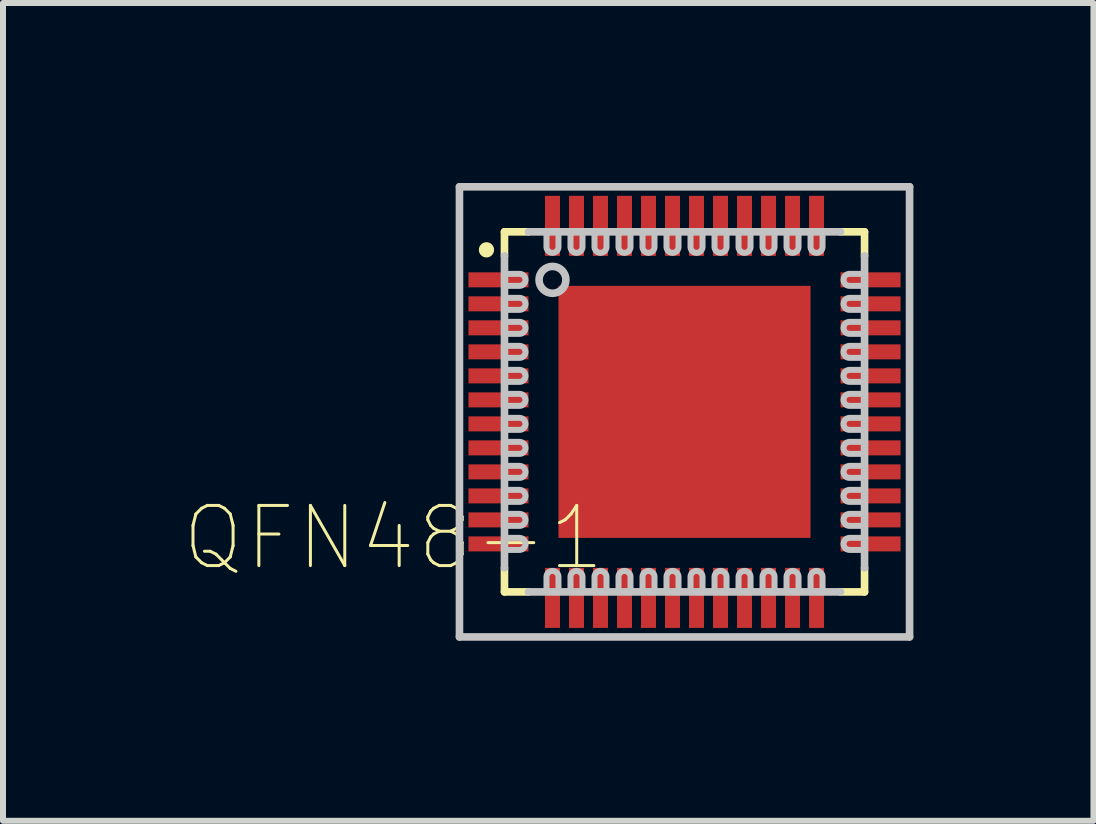
<source format=kicad_pcb>
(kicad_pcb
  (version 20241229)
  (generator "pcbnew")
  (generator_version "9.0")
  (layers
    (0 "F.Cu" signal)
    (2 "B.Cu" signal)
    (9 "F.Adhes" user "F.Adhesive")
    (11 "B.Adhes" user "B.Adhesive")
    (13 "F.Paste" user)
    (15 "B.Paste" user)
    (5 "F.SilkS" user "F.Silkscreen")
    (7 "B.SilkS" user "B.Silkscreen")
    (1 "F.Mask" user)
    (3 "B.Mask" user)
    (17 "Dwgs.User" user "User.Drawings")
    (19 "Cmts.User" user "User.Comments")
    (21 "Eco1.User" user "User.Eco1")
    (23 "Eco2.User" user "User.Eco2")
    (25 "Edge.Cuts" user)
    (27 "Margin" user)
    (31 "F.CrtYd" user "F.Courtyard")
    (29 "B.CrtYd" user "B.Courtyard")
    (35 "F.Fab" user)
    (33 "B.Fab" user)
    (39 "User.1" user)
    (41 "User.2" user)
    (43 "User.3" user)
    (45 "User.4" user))
  (footprint "QFN48-1"
    (layer "F.Cu")
    (at 8.356 3.813)
    (property "Reference" "QFN48-1" (at -4.85 2.1 0) (layer "F.SilkS") (effects (font (size 1.002 1.002) (thickness 0.05))))
    (attr smd)
    (fp_poly (pts (xy -3.607 2.388) (xy -2.642 2.388) (xy -2.642 -2.388) (xy -3.607 -2.388)) (stroke (width 0.15) (type solid)) (fill yes) (layer "F.Mask"))
    (fp_poly (pts (xy -2.388 -2.642) (xy -2.388 -3.708) (xy 2.388 -3.708) (xy 2.388 -2.642)) (stroke (width 0.15) (type solid)) (fill yes) (layer "F.Mask"))
    (fp_poly (pts (xy -2.388 2.642) (xy 2.337 2.642) (xy 2.337 3.607) (xy -2.388 3.607)) (stroke (width 0.15) (type solid)) (fill yes) (layer "F.Mask"))
    (fp_poly (pts (xy 2.642 -2.388) (xy 3.607 -2.388) (xy 3.607 2.388) (xy 2.642 2.388)) (stroke (width 0.15) (type solid)) (fill yes) (layer "F.Mask"))
    (fp_line (start -3 -3) (end -2.6 -3) (stroke (width 0.127) (type solid)) (layer "F.SilkS"))
    (fp_line (start -3 -2.6) (end -3 -3) (stroke (width 0.127) (type solid)) (layer "F.SilkS"))
    (fp_line (start -3 3) (end -3 2.6) (stroke (width 0.127) (type solid)) (layer "F.SilkS"))
    (fp_line (start -2.6 3) (end -3 3) (stroke (width 0.127) (type solid)) (layer "F.SilkS"))
    (fp_line (start 2.6 -3) (end 3 -3) (stroke (width 0.127) (type solid)) (layer "F.SilkS"))
    (fp_line (start 3 -3) (end 3 -2.6) (stroke (width 0.127) (type solid)) (layer "F.SilkS"))
    (fp_line (start 3 2.6) (end 3 3) (stroke (width 0.127) (type solid)) (layer "F.SilkS"))
    (fp_line (start 3 3) (end 2.6 3) (stroke (width 0.127) (type solid)) (layer "F.SilkS"))
    (fp_circle (center -3.3 -2.7) (end -3.173 -2.7) (stroke (width 0) (type solid)) (fill yes) (layer "F.SilkS"))
    (fp_poly (pts (xy -1.452 -1.45) (xy 1.45 -1.45) (xy 1.45 1.452) (xy -1.452 1.452)) (stroke (width 0.381) (type solid)) (fill yes) (layer "F.Paste"))
    (fp_line (start -3.75 -3.75) (end 3.75 -3.75) (stroke (width 0.127) (type solid)) (layer "Dwgs.User"))
    (fp_line (start -3.75 3.75) (end -3.75 -3.75) (stroke (width 0.127) (type solid)) (layer "Dwgs.User"))
    (fp_line (start -3 2.6) (end -3 -2.6) (stroke (width 0.127) (type solid)) (layer "Dwgs.User"))
    (fp_line (start -2.6 -3) (end 2.6 -3) (stroke (width 0.127) (type solid)) (layer "Dwgs.User"))
    (fp_line (start 2.6 3) (end -2.6 3) (stroke (width 0.127) (type solid)) (layer "Dwgs.User"))
    (fp_line (start 3 2.6) (end 3 -2.6) (stroke (width 0.127) (type solid)) (layer "Dwgs.User"))
    (fp_line (start 3.75 -3.75) (end 3.75 3.75) (stroke (width 0.127) (type solid)) (layer "Dwgs.User"))
    (fp_line (start 3.75 3.75) (end -3.75 3.75) (stroke (width 0.127) (type solid)) (layer "Dwgs.User"))
    (fp_circle (center -2.2 -2.2) (end -1.976 -2.2) (stroke (width 0.127) (type solid)) (fill no) (layer "Dwgs.User"))
    (fp_poly (pts (xy -3 -2.3) (xy -2.75 -2.3) (xy -2.747 -2.3) (xy -2.742 -2.3) (xy -2.737 -2.299) (xy -2.732 -2.298) (xy -2.727 -2.297) (xy -2.722 -2.296) (xy -2.717 -2.294) (xy -2.712 -2.292) (xy -2.707 -2.29) (xy -2.702 -2.288) (xy -2.698 -2.285) (xy -2.693 -2.282) (xy -2.689 -2.279) (xy -2.685 -2.276) (xy -2.681 -2.273) (xy -2.677 -2.269) (xy -2.674 -2.265) (xy -2.671 -2.261) (xy -2.668 -2.257) (xy -2.665 -2.252) (xy -2.662 -2.248) (xy -2.66 -2.243) (xy -2.658 -2.238) (xy -2.656 -2.233) (xy -2.654 -2.228) (xy -2.653 -2.223) (xy -2.652 -2.218) (xy -2.651 -2.213) (xy -2.65 -2.208) (xy -2.65 -2.203) (xy -2.65 -2.2) (xy -2.65 -2.197) (xy -2.65 -2.192) (xy -2.651 -2.187) (xy -2.652 -2.182) (xy -2.653 -2.177) (xy -2.654 -2.172) (xy -2.656 -2.167) (xy -2.658 -2.162) (xy -2.66 -2.157) (xy -2.662 -2.152) (xy -2.665 -2.148) (xy -2.668 -2.143) (xy -2.671 -2.139) (xy -2.674 -2.135) (xy -2.677 -2.131) (xy -2.681 -2.127) (xy -2.685 -2.124) (xy -2.689 -2.121) (xy -2.693 -2.118) (xy -2.698 -2.115) (xy -2.702 -2.112) (xy -2.707 -2.11) (xy -2.712 -2.108) (xy -2.717 -2.106) (xy -2.722 -2.104) (xy -2.727 -2.103) (xy -2.732 -2.102) (xy -2.737 -2.101) (xy -2.742 -2.1) (xy -2.747 -2.1) (xy -2.75 -2.1) (xy -3 -2.1)) (stroke (width 0.1) (type solid)) (fill no) (layer "Dwgs.User"))
    (fp_poly (pts (xy -3 -1.9) (xy -2.75 -1.9) (xy -2.747 -1.9) (xy -2.742 -1.9) (xy -2.737 -1.899) (xy -2.732 -1.898) (xy -2.727 -1.897) (xy -2.722 -1.896) (xy -2.717 -1.894) (xy -2.712 -1.892) (xy -2.707 -1.89) (xy -2.702 -1.888) (xy -2.698 -1.885) (xy -2.693 -1.882) (xy -2.689 -1.879) (xy -2.685 -1.876) (xy -2.681 -1.873) (xy -2.677 -1.869) (xy -2.674 -1.865) (xy -2.671 -1.861) (xy -2.668 -1.857) (xy -2.665 -1.852) (xy -2.662 -1.848) (xy -2.66 -1.843) (xy -2.658 -1.838) (xy -2.656 -1.833) (xy -2.654 -1.828) (xy -2.653 -1.823) (xy -2.652 -1.818) (xy -2.651 -1.813) (xy -2.65 -1.808) (xy -2.65 -1.803) (xy -2.65 -1.8) (xy -2.65 -1.797) (xy -2.65 -1.792) (xy -2.651 -1.787) (xy -2.652 -1.782) (xy -2.653 -1.777) (xy -2.654 -1.772) (xy -2.656 -1.767) (xy -2.658 -1.762) (xy -2.66 -1.757) (xy -2.662 -1.752) (xy -2.665 -1.748) (xy -2.668 -1.743) (xy -2.671 -1.739) (xy -2.674 -1.735) (xy -2.677 -1.731) (xy -2.681 -1.727) (xy -2.685 -1.724) (xy -2.689 -1.721) (xy -2.693 -1.718) (xy -2.698 -1.715) (xy -2.702 -1.712) (xy -2.707 -1.71) (xy -2.712 -1.708) (xy -2.717 -1.706) (xy -2.722 -1.704) (xy -2.727 -1.703) (xy -2.732 -1.702) (xy -2.737 -1.701) (xy -2.742 -1.7) (xy -2.747 -1.7) (xy -2.75 -1.7) (xy -3 -1.7)) (stroke (width 0.1) (type solid)) (fill no) (layer "Dwgs.User"))
    (fp_poly (pts (xy -3 -1.5) (xy -2.75 -1.5) (xy -2.747 -1.5) (xy -2.742 -1.5) (xy -2.737 -1.499) (xy -2.732 -1.498) (xy -2.727 -1.497) (xy -2.722 -1.496) (xy -2.717 -1.494) (xy -2.712 -1.492) (xy -2.707 -1.49) (xy -2.702 -1.488) (xy -2.698 -1.485) (xy -2.693 -1.482) (xy -2.689 -1.479) (xy -2.685 -1.476) (xy -2.681 -1.473) (xy -2.677 -1.469) (xy -2.674 -1.465) (xy -2.671 -1.461) (xy -2.668 -1.457) (xy -2.665 -1.452) (xy -2.662 -1.448) (xy -2.66 -1.443) (xy -2.658 -1.438) (xy -2.656 -1.433) (xy -2.654 -1.428) (xy -2.653 -1.423) (xy -2.652 -1.418) (xy -2.651 -1.413) (xy -2.65 -1.408) (xy -2.65 -1.403) (xy -2.65 -1.4) (xy -2.65 -1.397) (xy -2.65 -1.392) (xy -2.651 -1.387) (xy -2.652 -1.382) (xy -2.653 -1.377) (xy -2.654 -1.372) (xy -2.656 -1.367) (xy -2.658 -1.362) (xy -2.66 -1.357) (xy -2.662 -1.352) (xy -2.665 -1.348) (xy -2.668 -1.343) (xy -2.671 -1.339) (xy -2.674 -1.335) (xy -2.677 -1.331) (xy -2.681 -1.327) (xy -2.685 -1.324) (xy -2.689 -1.321) (xy -2.693 -1.318) (xy -2.698 -1.315) (xy -2.702 -1.312) (xy -2.707 -1.31) (xy -2.712 -1.308) (xy -2.717 -1.306) (xy -2.722 -1.304) (xy -2.727 -1.303) (xy -2.732 -1.302) (xy -2.737 -1.301) (xy -2.742 -1.3) (xy -2.747 -1.3) (xy -2.75 -1.3) (xy -3 -1.3)) (stroke (width 0.1) (type solid)) (fill no) (layer "Dwgs.User"))
    (fp_poly (pts (xy -3 -1.1) (xy -2.75 -1.1) (xy -2.747 -1.1) (xy -2.742 -1.1) (xy -2.737 -1.099) (xy -2.732 -1.098) (xy -2.727 -1.097) (xy -2.722 -1.096) (xy -2.717 -1.094) (xy -2.712 -1.092) (xy -2.707 -1.09) (xy -2.702 -1.088) (xy -2.698 -1.085) (xy -2.693 -1.082) (xy -2.689 -1.079) (xy -2.685 -1.076) (xy -2.681 -1.073) (xy -2.677 -1.069) (xy -2.674 -1.065) (xy -2.671 -1.061) (xy -2.668 -1.057) (xy -2.665 -1.052) (xy -2.662 -1.048) (xy -2.66 -1.043) (xy -2.658 -1.038) (xy -2.656 -1.033) (xy -2.654 -1.028) (xy -2.653 -1.023) (xy -2.652 -1.018) (xy -2.651 -1.013) (xy -2.65 -1.008) (xy -2.65 -1.003) (xy -2.65 -1) (xy -2.65 -0.997) (xy -2.65 -0.992) (xy -2.651 -0.987) (xy -2.652 -0.982) (xy -2.653 -0.977) (xy -2.654 -0.972) (xy -2.656 -0.967) (xy -2.658 -0.962) (xy -2.66 -0.957) (xy -2.662 -0.952) (xy -2.665 -0.948) (xy -2.668 -0.943) (xy -2.671 -0.939) (xy -2.674 -0.935) (xy -2.677 -0.931) (xy -2.681 -0.927) (xy -2.685 -0.924) (xy -2.689 -0.921) (xy -2.693 -0.918) (xy -2.698 -0.915) (xy -2.702 -0.912) (xy -2.707 -0.91) (xy -2.712 -0.908) (xy -2.717 -0.906) (xy -2.722 -0.904) (xy -2.727 -0.903) (xy -2.732 -0.902) (xy -2.737 -0.901) (xy -2.742 -0.9) (xy -2.747 -0.9) (xy -2.75 -0.9) (xy -3 -0.9)) (stroke (width 0.1) (type solid)) (fill no) (layer "Dwgs.User"))
    (fp_poly (pts (xy -3 -0.7) (xy -2.75 -0.7) (xy -2.747 -0.7) (xy -2.742 -0.7) (xy -2.737 -0.699) (xy -2.732 -0.698) (xy -2.727 -0.697) (xy -2.722 -0.696) (xy -2.717 -0.694) (xy -2.712 -0.692) (xy -2.707 -0.69) (xy -2.702 -0.688) (xy -2.698 -0.685) (xy -2.693 -0.682) (xy -2.689 -0.679) (xy -2.685 -0.676) (xy -2.681 -0.673) (xy -2.677 -0.669) (xy -2.674 -0.665) (xy -2.671 -0.661) (xy -2.668 -0.657) (xy -2.665 -0.652) (xy -2.662 -0.648) (xy -2.66 -0.643) (xy -2.658 -0.638) (xy -2.656 -0.633) (xy -2.654 -0.628) (xy -2.653 -0.623) (xy -2.652 -0.618) (xy -2.651 -0.613) (xy -2.65 -0.608) (xy -2.65 -0.603) (xy -2.65 -0.6) (xy -2.65 -0.597) (xy -2.65 -0.592) (xy -2.651 -0.587) (xy -2.652 -0.582) (xy -2.653 -0.577) (xy -2.654 -0.572) (xy -2.656 -0.567) (xy -2.658 -0.562) (xy -2.66 -0.557) (xy -2.662 -0.552) (xy -2.665 -0.548) (xy -2.668 -0.543) (xy -2.671 -0.539) (xy -2.674 -0.535) (xy -2.677 -0.531) (xy -2.681 -0.527) (xy -2.685 -0.524) (xy -2.689 -0.521) (xy -2.693 -0.518) (xy -2.698 -0.515) (xy -2.702 -0.512) (xy -2.707 -0.51) (xy -2.712 -0.508) (xy -2.717 -0.506) (xy -2.722 -0.504) (xy -2.727 -0.503) (xy -2.732 -0.502) (xy -2.737 -0.501) (xy -2.742 -0.5) (xy -2.747 -0.5) (xy -2.75 -0.5) (xy -3 -0.5)) (stroke (width 0.1) (type solid)) (fill no) (layer "Dwgs.User"))
    (fp_poly (pts (xy -3 -0.3) (xy -2.75 -0.3) (xy -2.747 -0.3) (xy -2.742 -0.3) (xy -2.737 -0.299) (xy -2.732 -0.298) (xy -2.727 -0.297) (xy -2.722 -0.296) (xy -2.717 -0.294) (xy -2.712 -0.292) (xy -2.707 -0.29) (xy -2.702 -0.288) (xy -2.698 -0.285) (xy -2.693 -0.282) (xy -2.689 -0.279) (xy -2.685 -0.276) (xy -2.681 -0.273) (xy -2.677 -0.269) (xy -2.674 -0.265) (xy -2.671 -0.261) (xy -2.668 -0.257) (xy -2.665 -0.252) (xy -2.662 -0.248) (xy -2.66 -0.243) (xy -2.658 -0.238) (xy -2.656 -0.233) (xy -2.654 -0.228) (xy -2.653 -0.223) (xy -2.652 -0.218) (xy -2.651 -0.213) (xy -2.65 -0.208) (xy -2.65 -0.203) (xy -2.65 -0.2) (xy -2.65 -0.197) (xy -2.65 -0.192) (xy -2.651 -0.187) (xy -2.652 -0.182) (xy -2.653 -0.177) (xy -2.654 -0.172) (xy -2.656 -0.167) (xy -2.658 -0.162) (xy -2.66 -0.157) (xy -2.662 -0.152) (xy -2.665 -0.148) (xy -2.668 -0.143) (xy -2.671 -0.139) (xy -2.674 -0.135) (xy -2.677 -0.131) (xy -2.681 -0.127) (xy -2.685 -0.124) (xy -2.689 -0.121) (xy -2.693 -0.118) (xy -2.698 -0.115) (xy -2.702 -0.112) (xy -2.707 -0.11) (xy -2.712 -0.108) (xy -2.717 -0.106) (xy -2.722 -0.104) (xy -2.727 -0.103) (xy -2.732 -0.102) (xy -2.737 -0.101) (xy -2.742 -0.1) (xy -2.747 -0.1) (xy -2.75 -0.1) (xy -3 -0.1)) (stroke (width 0.1) (type solid)) (fill no) (layer "Dwgs.User"))
    (fp_poly (pts (xy -3 0.1) (xy -2.75 0.1) (xy -2.747 0.1) (xy -2.742 0.1) (xy -2.737 0.101) (xy -2.732 0.102) (xy -2.727 0.103) (xy -2.722 0.104) (xy -2.717 0.106) (xy -2.712 0.108) (xy -2.707 0.11) (xy -2.702 0.112) (xy -2.698 0.115) (xy -2.693 0.118) (xy -2.689 0.121) (xy -2.685 0.124) (xy -2.681 0.127) (xy -2.677 0.131) (xy -2.674 0.135) (xy -2.671 0.139) (xy -2.668 0.143) (xy -2.665 0.148) (xy -2.662 0.152) (xy -2.66 0.157) (xy -2.658 0.162) (xy -2.656 0.167) (xy -2.654 0.172) (xy -2.653 0.177) (xy -2.652 0.182) (xy -2.651 0.187) (xy -2.65 0.192) (xy -2.65 0.197) (xy -2.65 0.2) (xy -2.65 0.203) (xy -2.65 0.208) (xy -2.651 0.213) (xy -2.652 0.218) (xy -2.653 0.223) (xy -2.654 0.228) (xy -2.656 0.233) (xy -2.658 0.238) (xy -2.66 0.243) (xy -2.662 0.248) (xy -2.665 0.252) (xy -2.668 0.257) (xy -2.671 0.261) (xy -2.674 0.265) (xy -2.677 0.269) (xy -2.681 0.273) (xy -2.685 0.276) (xy -2.689 0.279) (xy -2.693 0.282) (xy -2.698 0.285) (xy -2.702 0.288) (xy -2.707 0.29) (xy -2.712 0.292) (xy -2.717 0.294) (xy -2.722 0.296) (xy -2.727 0.297) (xy -2.732 0.298) (xy -2.737 0.299) (xy -2.742 0.3) (xy -2.747 0.3) (xy -2.75 0.3) (xy -3 0.3)) (stroke (width 0.1) (type solid)) (fill no) (layer "Dwgs.User"))
    (fp_poly (pts (xy -3 0.5) (xy -2.75 0.5) (xy -2.747 0.5) (xy -2.742 0.5) (xy -2.737 0.501) (xy -2.732 0.502) (xy -2.727 0.503) (xy -2.722 0.504) (xy -2.717 0.506) (xy -2.712 0.508) (xy -2.707 0.51) (xy -2.702 0.512) (xy -2.698 0.515) (xy -2.693 0.518) (xy -2.689 0.521) (xy -2.685 0.524) (xy -2.681 0.527) (xy -2.677 0.531) (xy -2.674 0.535) (xy -2.671 0.539) (xy -2.668 0.543) (xy -2.665 0.548) (xy -2.662 0.552) (xy -2.66 0.557) (xy -2.658 0.562) (xy -2.656 0.567) (xy -2.654 0.572) (xy -2.653 0.577) (xy -2.652 0.582) (xy -2.651 0.587) (xy -2.65 0.592) (xy -2.65 0.597) (xy -2.65 0.6) (xy -2.65 0.603) (xy -2.65 0.608) (xy -2.651 0.613) (xy -2.652 0.618) (xy -2.653 0.623) (xy -2.654 0.628) (xy -2.656 0.633) (xy -2.658 0.638) (xy -2.66 0.643) (xy -2.662 0.648) (xy -2.665 0.652) (xy -2.668 0.657) (xy -2.671 0.661) (xy -2.674 0.665) (xy -2.677 0.669) (xy -2.681 0.673) (xy -2.685 0.676) (xy -2.689 0.679) (xy -2.693 0.682) (xy -2.698 0.685) (xy -2.702 0.688) (xy -2.707 0.69) (xy -2.712 0.692) (xy -2.717 0.694) (xy -2.722 0.696) (xy -2.727 0.697) (xy -2.732 0.698) (xy -2.737 0.699) (xy -2.742 0.7) (xy -2.747 0.7) (xy -2.75 0.7) (xy -3 0.7)) (stroke (width 0.1) (type solid)) (fill no) (layer "Dwgs.User"))
    (fp_poly (pts (xy -3 0.9) (xy -2.75 0.9) (xy -2.747 0.9) (xy -2.742 0.9) (xy -2.737 0.901) (xy -2.732 0.902) (xy -2.727 0.903) (xy -2.722 0.904) (xy -2.717 0.906) (xy -2.712 0.908) (xy -2.707 0.91) (xy -2.702 0.912) (xy -2.698 0.915) (xy -2.693 0.918) (xy -2.689 0.921) (xy -2.685 0.924) (xy -2.681 0.927) (xy -2.677 0.931) (xy -2.674 0.935) (xy -2.671 0.939) (xy -2.668 0.943) (xy -2.665 0.948) (xy -2.662 0.952) (xy -2.66 0.957) (xy -2.658 0.962) (xy -2.656 0.967) (xy -2.654 0.972) (xy -2.653 0.977) (xy -2.652 0.982) (xy -2.651 0.987) (xy -2.65 0.992) (xy -2.65 0.997) (xy -2.65 1) (xy -2.65 1.003) (xy -2.65 1.008) (xy -2.651 1.013) (xy -2.652 1.018) (xy -2.653 1.023) (xy -2.654 1.028) (xy -2.656 1.033) (xy -2.658 1.038) (xy -2.66 1.043) (xy -2.662 1.048) (xy -2.665 1.052) (xy -2.668 1.057) (xy -2.671 1.061) (xy -2.674 1.065) (xy -2.677 1.069) (xy -2.681 1.073) (xy -2.685 1.076) (xy -2.689 1.079) (xy -2.693 1.082) (xy -2.698 1.085) (xy -2.702 1.088) (xy -2.707 1.09) (xy -2.712 1.092) (xy -2.717 1.094) (xy -2.722 1.096) (xy -2.727 1.097) (xy -2.732 1.098) (xy -2.737 1.099) (xy -2.742 1.1) (xy -2.747 1.1) (xy -2.75 1.1) (xy -3 1.1)) (stroke (width 0.1) (type solid)) (fill no) (layer "Dwgs.User"))
    (fp_poly (pts (xy -3 1.3) (xy -2.75 1.3) (xy -2.747 1.3) (xy -2.742 1.3) (xy -2.737 1.301) (xy -2.732 1.302) (xy -2.727 1.303) (xy -2.722 1.304) (xy -2.717 1.306) (xy -2.712 1.308) (xy -2.707 1.31) (xy -2.702 1.312) (xy -2.698 1.315) (xy -2.693 1.318) (xy -2.689 1.321) (xy -2.685 1.324) (xy -2.681 1.327) (xy -2.677 1.331) (xy -2.674 1.335) (xy -2.671 1.339) (xy -2.668 1.343) (xy -2.665 1.348) (xy -2.662 1.352) (xy -2.66 1.357) (xy -2.658 1.362) (xy -2.656 1.367) (xy -2.654 1.372) (xy -2.653 1.377) (xy -2.652 1.382) (xy -2.651 1.387) (xy -2.65 1.392) (xy -2.65 1.397) (xy -2.65 1.4) (xy -2.65 1.403) (xy -2.65 1.408) (xy -2.651 1.413) (xy -2.652 1.418) (xy -2.653 1.423) (xy -2.654 1.428) (xy -2.656 1.433) (xy -2.658 1.438) (xy -2.66 1.443) (xy -2.662 1.448) (xy -2.665 1.452) (xy -2.668 1.457) (xy -2.671 1.461) (xy -2.674 1.465) (xy -2.677 1.469) (xy -2.681 1.473) (xy -2.685 1.476) (xy -2.689 1.479) (xy -2.693 1.482) (xy -2.698 1.485) (xy -2.702 1.488) (xy -2.707 1.49) (xy -2.712 1.492) (xy -2.717 1.494) (xy -2.722 1.496) (xy -2.727 1.497) (xy -2.732 1.498) (xy -2.737 1.499) (xy -2.742 1.5) (xy -2.747 1.5) (xy -2.75 1.5) (xy -3 1.5)) (stroke (width 0.1) (type solid)) (fill no) (layer "Dwgs.User"))
    (fp_poly (pts (xy -3 1.7) (xy -2.75 1.7) (xy -2.747 1.7) (xy -2.742 1.7) (xy -2.737 1.701) (xy -2.732 1.702) (xy -2.727 1.703) (xy -2.722 1.704) (xy -2.717 1.706) (xy -2.712 1.708) (xy -2.707 1.71) (xy -2.702 1.712) (xy -2.698 1.715) (xy -2.693 1.718) (xy -2.689 1.721) (xy -2.685 1.724) (xy -2.681 1.727) (xy -2.677 1.731) (xy -2.674 1.735) (xy -2.671 1.739) (xy -2.668 1.743) (xy -2.665 1.748) (xy -2.662 1.752) (xy -2.66 1.757) (xy -2.658 1.762) (xy -2.656 1.767) (xy -2.654 1.772) (xy -2.653 1.777) (xy -2.652 1.782) (xy -2.651 1.787) (xy -2.65 1.792) (xy -2.65 1.797) (xy -2.65 1.8) (xy -2.65 1.803) (xy -2.65 1.808) (xy -2.651 1.813) (xy -2.652 1.818) (xy -2.653 1.823) (xy -2.654 1.828) (xy -2.656 1.833) (xy -2.658 1.838) (xy -2.66 1.843) (xy -2.662 1.848) (xy -2.665 1.852) (xy -2.668 1.857) (xy -2.671 1.861) (xy -2.674 1.865) (xy -2.677 1.869) (xy -2.681 1.873) (xy -2.685 1.876) (xy -2.689 1.879) (xy -2.693 1.882) (xy -2.698 1.885) (xy -2.702 1.888) (xy -2.707 1.89) (xy -2.712 1.892) (xy -2.717 1.894) (xy -2.722 1.896) (xy -2.727 1.897) (xy -2.732 1.898) (xy -2.737 1.899) (xy -2.742 1.9) (xy -2.747 1.9) (xy -2.75 1.9) (xy -3 1.9)) (stroke (width 0.1) (type solid)) (fill no) (layer "Dwgs.User"))
    (fp_poly (pts (xy -3 2.1) (xy -2.75 2.1) (xy -2.747 2.1) (xy -2.742 2.1) (xy -2.737 2.101) (xy -2.732 2.102) (xy -2.727 2.103) (xy -2.722 2.104) (xy -2.717 2.106) (xy -2.712 2.108) (xy -2.707 2.11) (xy -2.702 2.112) (xy -2.698 2.115) (xy -2.693 2.118) (xy -2.689 2.121) (xy -2.685 2.124) (xy -2.681 2.127) (xy -2.677 2.131) (xy -2.674 2.135) (xy -2.671 2.139) (xy -2.668 2.143) (xy -2.665 2.148) (xy -2.662 2.152) (xy -2.66 2.157) (xy -2.658 2.162) (xy -2.656 2.167) (xy -2.654 2.172) (xy -2.653 2.177) (xy -2.652 2.182) (xy -2.651 2.187) (xy -2.65 2.192) (xy -2.65 2.197) (xy -2.65 2.2) (xy -2.65 2.203) (xy -2.65 2.208) (xy -2.651 2.213) (xy -2.652 2.218) (xy -2.653 2.223) (xy -2.654 2.228) (xy -2.656 2.233) (xy -2.658 2.238) (xy -2.66 2.243) (xy -2.662 2.248) (xy -2.665 2.252) (xy -2.668 2.257) (xy -2.671 2.261) (xy -2.674 2.265) (xy -2.677 2.269) (xy -2.681 2.273) (xy -2.685 2.276) (xy -2.689 2.279) (xy -2.693 2.282) (xy -2.698 2.285) (xy -2.702 2.288) (xy -2.707 2.29) (xy -2.712 2.292) (xy -2.717 2.294) (xy -2.722 2.296) (xy -2.727 2.297) (xy -2.732 2.298) (xy -2.737 2.299) (xy -2.742 2.3) (xy -2.747 2.3) (xy -2.75 2.3) (xy -3 2.3)) (stroke (width 0.1) (type solid)) (fill no) (layer "Dwgs.User"))
    (fp_poly (pts (xy -2.3 3) (xy -2.3 2.75) (xy -2.3 2.747) (xy -2.3 2.742) (xy -2.299 2.737) (xy -2.298 2.732) (xy -2.297 2.727) (xy -2.296 2.722) (xy -2.294 2.717) (xy -2.292 2.712) (xy -2.29 2.707) (xy -2.288 2.702) (xy -2.285 2.698) (xy -2.282 2.693) (xy -2.279 2.689) (xy -2.276 2.685) (xy -2.273 2.681) (xy -2.269 2.677) (xy -2.265 2.674) (xy -2.261 2.671) (xy -2.257 2.668) (xy -2.252 2.665) (xy -2.248 2.662) (xy -2.243 2.66) (xy -2.238 2.658) (xy -2.233 2.656) (xy -2.228 2.654) (xy -2.223 2.653) (xy -2.218 2.652) (xy -2.213 2.651) (xy -2.208 2.65) (xy -2.203 2.65) (xy -2.2 2.65) (xy -2.197 2.65) (xy -2.192 2.65) (xy -2.187 2.651) (xy -2.182 2.652) (xy -2.177 2.653) (xy -2.172 2.654) (xy -2.167 2.656) (xy -2.162 2.658) (xy -2.157 2.66) (xy -2.152 2.662) (xy -2.148 2.665) (xy -2.143 2.668) (xy -2.139 2.671) (xy -2.135 2.674) (xy -2.131 2.677) (xy -2.127 2.681) (xy -2.124 2.685) (xy -2.121 2.689) (xy -2.118 2.693) (xy -2.115 2.698) (xy -2.112 2.702) (xy -2.11 2.707) (xy -2.108 2.712) (xy -2.106 2.717) (xy -2.104 2.722) (xy -2.103 2.727) (xy -2.102 2.732) (xy -2.101 2.737) (xy -2.1 2.742) (xy -2.1 2.747) (xy -2.1 2.75) (xy -2.1 3)) (stroke (width 0.1) (type solid)) (fill no) (layer "Dwgs.User"))
    (fp_poly (pts (xy -2.1 -3) (xy -2.1 -2.75) (xy -2.1 -2.747) (xy -2.1 -2.742) (xy -2.101 -2.737) (xy -2.102 -2.732) (xy -2.103 -2.727) (xy -2.104 -2.722) (xy -2.106 -2.717) (xy -2.108 -2.712) (xy -2.11 -2.707) (xy -2.112 -2.702) (xy -2.115 -2.698) (xy -2.118 -2.693) (xy -2.121 -2.689) (xy -2.124 -2.685) (xy -2.127 -2.681) (xy -2.131 -2.677) (xy -2.135 -2.674) (xy -2.139 -2.671) (xy -2.143 -2.668) (xy -2.148 -2.665) (xy -2.152 -2.662) (xy -2.157 -2.66) (xy -2.162 -2.658) (xy -2.167 -2.656) (xy -2.172 -2.654) (xy -2.177 -2.653) (xy -2.182 -2.652) (xy -2.187 -2.651) (xy -2.192 -2.65) (xy -2.197 -2.65) (xy -2.2 -2.65) (xy -2.203 -2.65) (xy -2.208 -2.65) (xy -2.213 -2.651) (xy -2.218 -2.652) (xy -2.223 -2.653) (xy -2.228 -2.654) (xy -2.233 -2.656) (xy -2.238 -2.658) (xy -2.243 -2.66) (xy -2.248 -2.662) (xy -2.252 -2.665) (xy -2.257 -2.668) (xy -2.261 -2.671) (xy -2.265 -2.674) (xy -2.269 -2.677) (xy -2.273 -2.681) (xy -2.276 -2.685) (xy -2.279 -2.689) (xy -2.282 -2.693) (xy -2.285 -2.698) (xy -2.288 -2.702) (xy -2.29 -2.707) (xy -2.292 -2.712) (xy -2.294 -2.717) (xy -2.296 -2.722) (xy -2.297 -2.727) (xy -2.298 -2.732) (xy -2.299 -2.737) (xy -2.3 -2.742) (xy -2.3 -2.747) (xy -2.3 -2.75) (xy -2.3 -3)) (stroke (width 0.1) (type solid)) (fill no) (layer "Dwgs.User"))
    (fp_poly (pts (xy -1.9 3) (xy -1.9 2.75) (xy -1.9 2.747) (xy -1.9 2.742) (xy -1.899 2.737) (xy -1.898 2.732) (xy -1.897 2.727) (xy -1.896 2.722) (xy -1.894 2.717) (xy -1.892 2.712) (xy -1.89 2.707) (xy -1.888 2.702) (xy -1.885 2.698) (xy -1.882 2.693) (xy -1.879 2.689) (xy -1.876 2.685) (xy -1.873 2.681) (xy -1.869 2.677) (xy -1.865 2.674) (xy -1.861 2.671) (xy -1.857 2.668) (xy -1.852 2.665) (xy -1.848 2.662) (xy -1.843 2.66) (xy -1.838 2.658) (xy -1.833 2.656) (xy -1.828 2.654) (xy -1.823 2.653) (xy -1.818 2.652) (xy -1.813 2.651) (xy -1.808 2.65) (xy -1.803 2.65) (xy -1.8 2.65) (xy -1.797 2.65) (xy -1.792 2.65) (xy -1.787 2.651) (xy -1.782 2.652) (xy -1.777 2.653) (xy -1.772 2.654) (xy -1.767 2.656) (xy -1.762 2.658) (xy -1.757 2.66) (xy -1.752 2.662) (xy -1.748 2.665) (xy -1.743 2.668) (xy -1.739 2.671) (xy -1.735 2.674) (xy -1.731 2.677) (xy -1.727 2.681) (xy -1.724 2.685) (xy -1.721 2.689) (xy -1.718 2.693) (xy -1.715 2.698) (xy -1.712 2.702) (xy -1.71 2.707) (xy -1.708 2.712) (xy -1.706 2.717) (xy -1.704 2.722) (xy -1.703 2.727) (xy -1.702 2.732) (xy -1.701 2.737) (xy -1.7 2.742) (xy -1.7 2.747) (xy -1.7 2.75) (xy -1.7 3)) (stroke (width 0.1) (type solid)) (fill no) (layer "Dwgs.User"))
    (fp_poly (pts (xy -1.7 -3) (xy -1.7 -2.75) (xy -1.7 -2.747) (xy -1.7 -2.742) (xy -1.701 -2.737) (xy -1.702 -2.732) (xy -1.703 -2.727) (xy -1.704 -2.722) (xy -1.706 -2.717) (xy -1.708 -2.712) (xy -1.71 -2.707) (xy -1.712 -2.702) (xy -1.715 -2.698) (xy -1.718 -2.693) (xy -1.721 -2.689) (xy -1.724 -2.685) (xy -1.727 -2.681) (xy -1.731 -2.677) (xy -1.735 -2.674) (xy -1.739 -2.671) (xy -1.743 -2.668) (xy -1.748 -2.665) (xy -1.752 -2.662) (xy -1.757 -2.66) (xy -1.762 -2.658) (xy -1.767 -2.656) (xy -1.772 -2.654) (xy -1.777 -2.653) (xy -1.782 -2.652) (xy -1.787 -2.651) (xy -1.792 -2.65) (xy -1.797 -2.65) (xy -1.8 -2.65) (xy -1.803 -2.65) (xy -1.808 -2.65) (xy -1.813 -2.651) (xy -1.818 -2.652) (xy -1.823 -2.653) (xy -1.828 -2.654) (xy -1.833 -2.656) (xy -1.838 -2.658) (xy -1.843 -2.66) (xy -1.848 -2.662) (xy -1.852 -2.665) (xy -1.857 -2.668) (xy -1.861 -2.671) (xy -1.865 -2.674) (xy -1.869 -2.677) (xy -1.873 -2.681) (xy -1.876 -2.685) (xy -1.879 -2.689) (xy -1.882 -2.693) (xy -1.885 -2.698) (xy -1.888 -2.702) (xy -1.89 -2.707) (xy -1.892 -2.712) (xy -1.894 -2.717) (xy -1.896 -2.722) (xy -1.897 -2.727) (xy -1.898 -2.732) (xy -1.899 -2.737) (xy -1.9 -2.742) (xy -1.9 -2.747) (xy -1.9 -2.75) (xy -1.9 -3)) (stroke (width 0.1) (type solid)) (fill no) (layer "Dwgs.User"))
    (fp_poly (pts (xy -1.5 3) (xy -1.5 2.75) (xy -1.5 2.747) (xy -1.5 2.742) (xy -1.499 2.737) (xy -1.498 2.732) (xy -1.497 2.727) (xy -1.496 2.722) (xy -1.494 2.717) (xy -1.492 2.712) (xy -1.49 2.707) (xy -1.488 2.702) (xy -1.485 2.698) (xy -1.482 2.693) (xy -1.479 2.689) (xy -1.476 2.685) (xy -1.473 2.681) (xy -1.469 2.677) (xy -1.465 2.674) (xy -1.461 2.671) (xy -1.457 2.668) (xy -1.452 2.665) (xy -1.448 2.662) (xy -1.443 2.66) (xy -1.438 2.658) (xy -1.433 2.656) (xy -1.428 2.654) (xy -1.423 2.653) (xy -1.418 2.652) (xy -1.413 2.651) (xy -1.408 2.65) (xy -1.403 2.65) (xy -1.4 2.65) (xy -1.397 2.65) (xy -1.392 2.65) (xy -1.387 2.651) (xy -1.382 2.652) (xy -1.377 2.653) (xy -1.372 2.654) (xy -1.367 2.656) (xy -1.362 2.658) (xy -1.357 2.66) (xy -1.352 2.662) (xy -1.348 2.665) (xy -1.343 2.668) (xy -1.339 2.671) (xy -1.335 2.674) (xy -1.331 2.677) (xy -1.327 2.681) (xy -1.324 2.685) (xy -1.321 2.689) (xy -1.318 2.693) (xy -1.315 2.698) (xy -1.312 2.702) (xy -1.31 2.707) (xy -1.308 2.712) (xy -1.306 2.717) (xy -1.304 2.722) (xy -1.303 2.727) (xy -1.302 2.732) (xy -1.301 2.737) (xy -1.3 2.742) (xy -1.3 2.747) (xy -1.3 2.75) (xy -1.3 3)) (stroke (width 0.1) (type solid)) (fill no) (layer "Dwgs.User"))
    (fp_poly (pts (xy -1.3 -3) (xy -1.3 -2.75) (xy -1.3 -2.747) (xy -1.3 -2.742) (xy -1.301 -2.737) (xy -1.302 -2.732) (xy -1.303 -2.727) (xy -1.304 -2.722) (xy -1.306 -2.717) (xy -1.308 -2.712) (xy -1.31 -2.707) (xy -1.312 -2.702) (xy -1.315 -2.698) (xy -1.318 -2.693) (xy -1.321 -2.689) (xy -1.324 -2.685) (xy -1.327 -2.681) (xy -1.331 -2.677) (xy -1.335 -2.674) (xy -1.339 -2.671) (xy -1.343 -2.668) (xy -1.348 -2.665) (xy -1.352 -2.662) (xy -1.357 -2.66) (xy -1.362 -2.658) (xy -1.367 -2.656) (xy -1.372 -2.654) (xy -1.377 -2.653) (xy -1.382 -2.652) (xy -1.387 -2.651) (xy -1.392 -2.65) (xy -1.397 -2.65) (xy -1.4 -2.65) (xy -1.403 -2.65) (xy -1.408 -2.65) (xy -1.413 -2.651) (xy -1.418 -2.652) (xy -1.423 -2.653) (xy -1.428 -2.654) (xy -1.433 -2.656) (xy -1.438 -2.658) (xy -1.443 -2.66) (xy -1.448 -2.662) (xy -1.452 -2.665) (xy -1.457 -2.668) (xy -1.461 -2.671) (xy -1.465 -2.674) (xy -1.469 -2.677) (xy -1.473 -2.681) (xy -1.476 -2.685) (xy -1.479 -2.689) (xy -1.482 -2.693) (xy -1.485 -2.698) (xy -1.488 -2.702) (xy -1.49 -2.707) (xy -1.492 -2.712) (xy -1.494 -2.717) (xy -1.496 -2.722) (xy -1.497 -2.727) (xy -1.498 -2.732) (xy -1.499 -2.737) (xy -1.5 -2.742) (xy -1.5 -2.747) (xy -1.5 -2.75) (xy -1.5 -3)) (stroke (width 0.1) (type solid)) (fill no) (layer "Dwgs.User"))
    (fp_poly (pts (xy -1.1 3) (xy -1.1 2.75) (xy -1.1 2.747) (xy -1.1 2.742) (xy -1.099 2.737) (xy -1.098 2.732) (xy -1.097 2.727) (xy -1.096 2.722) (xy -1.094 2.717) (xy -1.092 2.712) (xy -1.09 2.707) (xy -1.088 2.702) (xy -1.085 2.698) (xy -1.082 2.693) (xy -1.079 2.689) (xy -1.076 2.685) (xy -1.073 2.681) (xy -1.069 2.677) (xy -1.065 2.674) (xy -1.061 2.671) (xy -1.057 2.668) (xy -1.052 2.665) (xy -1.048 2.662) (xy -1.043 2.66) (xy -1.038 2.658) (xy -1.033 2.656) (xy -1.028 2.654) (xy -1.023 2.653) (xy -1.018 2.652) (xy -1.013 2.651) (xy -1.008 2.65) (xy -1.003 2.65) (xy -1 2.65) (xy -0.997 2.65) (xy -0.992 2.65) (xy -0.987 2.651) (xy -0.982 2.652) (xy -0.977 2.653) (xy -0.972 2.654) (xy -0.967 2.656) (xy -0.962 2.658) (xy -0.957 2.66) (xy -0.952 2.662) (xy -0.948 2.665) (xy -0.943 2.668) (xy -0.939 2.671) (xy -0.935 2.674) (xy -0.931 2.677) (xy -0.927 2.681) (xy -0.924 2.685) (xy -0.921 2.689) (xy -0.918 2.693) (xy -0.915 2.698) (xy -0.912 2.702) (xy -0.91 2.707) (xy -0.908 2.712) (xy -0.906 2.717) (xy -0.904 2.722) (xy -0.903 2.727) (xy -0.902 2.732) (xy -0.901 2.737) (xy -0.9 2.742) (xy -0.9 2.747) (xy -0.9 2.75) (xy -0.9 3)) (stroke (width 0.1) (type solid)) (fill no) (layer "Dwgs.User"))
    (fp_poly (pts (xy -0.9 -3) (xy -0.9 -2.75) (xy -0.9 -2.747) (xy -0.9 -2.742) (xy -0.901 -2.737) (xy -0.902 -2.732) (xy -0.903 -2.727) (xy -0.904 -2.722) (xy -0.906 -2.717) (xy -0.908 -2.712) (xy -0.91 -2.707) (xy -0.912 -2.702) (xy -0.915 -2.698) (xy -0.918 -2.693) (xy -0.921 -2.689) (xy -0.924 -2.685) (xy -0.927 -2.681) (xy -0.931 -2.677) (xy -0.935 -2.674) (xy -0.939 -2.671) (xy -0.943 -2.668) (xy -0.948 -2.665) (xy -0.952 -2.662) (xy -0.957 -2.66) (xy -0.962 -2.658) (xy -0.967 -2.656) (xy -0.972 -2.654) (xy -0.977 -2.653) (xy -0.982 -2.652) (xy -0.987 -2.651) (xy -0.992 -2.65) (xy -0.997 -2.65) (xy -1 -2.65) (xy -1.003 -2.65) (xy -1.008 -2.65) (xy -1.013 -2.651) (xy -1.018 -2.652) (xy -1.023 -2.653) (xy -1.028 -2.654) (xy -1.033 -2.656) (xy -1.038 -2.658) (xy -1.043 -2.66) (xy -1.048 -2.662) (xy -1.052 -2.665) (xy -1.057 -2.668) (xy -1.061 -2.671) (xy -1.065 -2.674) (xy -1.069 -2.677) (xy -1.073 -2.681) (xy -1.076 -2.685) (xy -1.079 -2.689) (xy -1.082 -2.693) (xy -1.085 -2.698) (xy -1.088 -2.702) (xy -1.09 -2.707) (xy -1.092 -2.712) (xy -1.094 -2.717) (xy -1.096 -2.722) (xy -1.097 -2.727) (xy -1.098 -2.732) (xy -1.099 -2.737) (xy -1.1 -2.742) (xy -1.1 -2.747) (xy -1.1 -2.75) (xy -1.1 -3)) (stroke (width 0.1) (type solid)) (fill no) (layer "Dwgs.User"))
    (fp_poly (pts (xy -0.7 3) (xy -0.7 2.75) (xy -0.7 2.747) (xy -0.7 2.742) (xy -0.699 2.737) (xy -0.698 2.732) (xy -0.697 2.727) (xy -0.696 2.722) (xy -0.694 2.717) (xy -0.692 2.712) (xy -0.69 2.707) (xy -0.688 2.702) (xy -0.685 2.698) (xy -0.682 2.693) (xy -0.679 2.689) (xy -0.676 2.685) (xy -0.673 2.681) (xy -0.669 2.677) (xy -0.665 2.674) (xy -0.661 2.671) (xy -0.657 2.668) (xy -0.652 2.665) (xy -0.648 2.662) (xy -0.643 2.66) (xy -0.638 2.658) (xy -0.633 2.656) (xy -0.628 2.654) (xy -0.623 2.653) (xy -0.618 2.652) (xy -0.613 2.651) (xy -0.608 2.65) (xy -0.603 2.65) (xy -0.6 2.65) (xy -0.597 2.65) (xy -0.592 2.65) (xy -0.587 2.651) (xy -0.582 2.652) (xy -0.577 2.653) (xy -0.572 2.654) (xy -0.567 2.656) (xy -0.562 2.658) (xy -0.557 2.66) (xy -0.552 2.662) (xy -0.548 2.665) (xy -0.543 2.668) (xy -0.539 2.671) (xy -0.535 2.674) (xy -0.531 2.677) (xy -0.527 2.681) (xy -0.524 2.685) (xy -0.521 2.689) (xy -0.518 2.693) (xy -0.515 2.698) (xy -0.512 2.702) (xy -0.51 2.707) (xy -0.508 2.712) (xy -0.506 2.717) (xy -0.504 2.722) (xy -0.503 2.727) (xy -0.502 2.732) (xy -0.501 2.737) (xy -0.5 2.742) (xy -0.5 2.747) (xy -0.5 2.75) (xy -0.5 3)) (stroke (width 0.1) (type solid)) (fill no) (layer "Dwgs.User"))
    (fp_poly (pts (xy -0.5 -3) (xy -0.5 -2.75) (xy -0.5 -2.747) (xy -0.5 -2.742) (xy -0.501 -2.737) (xy -0.502 -2.732) (xy -0.503 -2.727) (xy -0.504 -2.722) (xy -0.506 -2.717) (xy -0.508 -2.712) (xy -0.51 -2.707) (xy -0.512 -2.702) (xy -0.515 -2.698) (xy -0.518 -2.693) (xy -0.521 -2.689) (xy -0.524 -2.685) (xy -0.527 -2.681) (xy -0.531 -2.677) (xy -0.535 -2.674) (xy -0.539 -2.671) (xy -0.543 -2.668) (xy -0.548 -2.665) (xy -0.552 -2.662) (xy -0.557 -2.66) (xy -0.562 -2.658) (xy -0.567 -2.656) (xy -0.572 -2.654) (xy -0.577 -2.653) (xy -0.582 -2.652) (xy -0.587 -2.651) (xy -0.592 -2.65) (xy -0.597 -2.65) (xy -0.6 -2.65) (xy -0.603 -2.65) (xy -0.608 -2.65) (xy -0.613 -2.651) (xy -0.618 -2.652) (xy -0.623 -2.653) (xy -0.628 -2.654) (xy -0.633 -2.656) (xy -0.638 -2.658) (xy -0.643 -2.66) (xy -0.648 -2.662) (xy -0.652 -2.665) (xy -0.657 -2.668) (xy -0.661 -2.671) (xy -0.665 -2.674) (xy -0.669 -2.677) (xy -0.673 -2.681) (xy -0.676 -2.685) (xy -0.679 -2.689) (xy -0.682 -2.693) (xy -0.685 -2.698) (xy -0.688 -2.702) (xy -0.69 -2.707) (xy -0.692 -2.712) (xy -0.694 -2.717) (xy -0.696 -2.722) (xy -0.697 -2.727) (xy -0.698 -2.732) (xy -0.699 -2.737) (xy -0.7 -2.742) (xy -0.7 -2.747) (xy -0.7 -2.75) (xy -0.7 -3)) (stroke (width 0.1) (type solid)) (fill no) (layer "Dwgs.User"))
    (fp_poly (pts (xy -0.3 3) (xy -0.3 2.75) (xy -0.3 2.747) (xy -0.3 2.742) (xy -0.299 2.737) (xy -0.298 2.732) (xy -0.297 2.727) (xy -0.296 2.722) (xy -0.294 2.717) (xy -0.292 2.712) (xy -0.29 2.707) (xy -0.288 2.702) (xy -0.285 2.698) (xy -0.282 2.693) (xy -0.279 2.689) (xy -0.276 2.685) (xy -0.273 2.681) (xy -0.269 2.677) (xy -0.265 2.674) (xy -0.261 2.671) (xy -0.257 2.668) (xy -0.252 2.665) (xy -0.248 2.662) (xy -0.243 2.66) (xy -0.238 2.658) (xy -0.233 2.656) (xy -0.228 2.654) (xy -0.223 2.653) (xy -0.218 2.652) (xy -0.213 2.651) (xy -0.208 2.65) (xy -0.203 2.65) (xy -0.2 2.65) (xy -0.197 2.65) (xy -0.192 2.65) (xy -0.187 2.651) (xy -0.182 2.652) (xy -0.177 2.653) (xy -0.172 2.654) (xy -0.167 2.656) (xy -0.162 2.658) (xy -0.157 2.66) (xy -0.152 2.662) (xy -0.148 2.665) (xy -0.143 2.668) (xy -0.139 2.671) (xy -0.135 2.674) (xy -0.131 2.677) (xy -0.127 2.681) (xy -0.124 2.685) (xy -0.121 2.689) (xy -0.118 2.693) (xy -0.115 2.698) (xy -0.112 2.702) (xy -0.11 2.707) (xy -0.108 2.712) (xy -0.106 2.717) (xy -0.104 2.722) (xy -0.103 2.727) (xy -0.102 2.732) (xy -0.101 2.737) (xy -0.1 2.742) (xy -0.1 2.747) (xy -0.1 2.75) (xy -0.1 3)) (stroke (width 0.1) (type solid)) (fill no) (layer "Dwgs.User"))
    (fp_poly (pts (xy -0.1 -3) (xy -0.1 -2.75) (xy -0.1 -2.747) (xy -0.1 -2.742) (xy -0.101 -2.737) (xy -0.102 -2.732) (xy -0.103 -2.727) (xy -0.104 -2.722) (xy -0.106 -2.717) (xy -0.108 -2.712) (xy -0.11 -2.707) (xy -0.112 -2.702) (xy -0.115 -2.698) (xy -0.118 -2.693) (xy -0.121 -2.689) (xy -0.124 -2.685) (xy -0.127 -2.681) (xy -0.131 -2.677) (xy -0.135 -2.674) (xy -0.139 -2.671) (xy -0.143 -2.668) (xy -0.148 -2.665) (xy -0.152 -2.662) (xy -0.157 -2.66) (xy -0.162 -2.658) (xy -0.167 -2.656) (xy -0.172 -2.654) (xy -0.177 -2.653) (xy -0.182 -2.652) (xy -0.187 -2.651) (xy -0.192 -2.65) (xy -0.197 -2.65) (xy -0.2 -2.65) (xy -0.203 -2.65) (xy -0.208 -2.65) (xy -0.213 -2.651) (xy -0.218 -2.652) (xy -0.223 -2.653) (xy -0.228 -2.654) (xy -0.233 -2.656) (xy -0.238 -2.658) (xy -0.243 -2.66) (xy -0.248 -2.662) (xy -0.252 -2.665) (xy -0.257 -2.668) (xy -0.261 -2.671) (xy -0.265 -2.674) (xy -0.269 -2.677) (xy -0.273 -2.681) (xy -0.276 -2.685) (xy -0.279 -2.689) (xy -0.282 -2.693) (xy -0.285 -2.698) (xy -0.288 -2.702) (xy -0.29 -2.707) (xy -0.292 -2.712) (xy -0.294 -2.717) (xy -0.296 -2.722) (xy -0.297 -2.727) (xy -0.298 -2.732) (xy -0.299 -2.737) (xy -0.3 -2.742) (xy -0.3 -2.747) (xy -0.3 -2.75) (xy -0.3 -3)) (stroke (width 0.1) (type solid)) (fill no) (layer "Dwgs.User"))
    (fp_poly (pts (xy 0.1 3) (xy 0.1 2.75) (xy 0.1 2.747) (xy 0.1 2.742) (xy 0.101 2.737) (xy 0.102 2.732) (xy 0.103 2.727) (xy 0.104 2.722) (xy 0.106 2.717) (xy 0.108 2.712) (xy 0.11 2.707) (xy 0.112 2.702) (xy 0.115 2.698) (xy 0.118 2.693) (xy 0.121 2.689) (xy 0.124 2.685) (xy 0.127 2.681) (xy 0.131 2.677) (xy 0.135 2.674) (xy 0.139 2.671) (xy 0.143 2.668) (xy 0.148 2.665) (xy 0.152 2.662) (xy 0.157 2.66) (xy 0.162 2.658) (xy 0.167 2.656) (xy 0.172 2.654) (xy 0.177 2.653) (xy 0.182 2.652) (xy 0.187 2.651) (xy 0.192 2.65) (xy 0.197 2.65) (xy 0.2 2.65) (xy 0.203 2.65) (xy 0.208 2.65) (xy 0.213 2.651) (xy 0.218 2.652) (xy 0.223 2.653) (xy 0.228 2.654) (xy 0.233 2.656) (xy 0.238 2.658) (xy 0.243 2.66) (xy 0.248 2.662) (xy 0.252 2.665) (xy 0.257 2.668) (xy 0.261 2.671) (xy 0.265 2.674) (xy 0.269 2.677) (xy 0.273 2.681) (xy 0.276 2.685) (xy 0.279 2.689) (xy 0.282 2.693) (xy 0.285 2.698) (xy 0.288 2.702) (xy 0.29 2.707) (xy 0.292 2.712) (xy 0.294 2.717) (xy 0.296 2.722) (xy 0.297 2.727) (xy 0.298 2.732) (xy 0.299 2.737) (xy 0.3 2.742) (xy 0.3 2.747) (xy 0.3 2.75) (xy 0.3 3)) (stroke (width 0.1) (type solid)) (fill no) (layer "Dwgs.User"))
    (fp_poly (pts (xy 0.3 -3) (xy 0.3 -2.75) (xy 0.3 -2.747) (xy 0.3 -2.742) (xy 0.299 -2.737) (xy 0.298 -2.732) (xy 0.297 -2.727) (xy 0.296 -2.722) (xy 0.294 -2.717) (xy 0.292 -2.712) (xy 0.29 -2.707) (xy 0.288 -2.702) (xy 0.285 -2.698) (xy 0.282 -2.693) (xy 0.279 -2.689) (xy 0.276 -2.685) (xy 0.273 -2.681) (xy 0.269 -2.677) (xy 0.265 -2.674) (xy 0.261 -2.671) (xy 0.257 -2.668) (xy 0.252 -2.665) (xy 0.248 -2.662) (xy 0.243 -2.66) (xy 0.238 -2.658) (xy 0.233 -2.656) (xy 0.228 -2.654) (xy 0.223 -2.653) (xy 0.218 -2.652) (xy 0.213 -2.651) (xy 0.208 -2.65) (xy 0.203 -2.65) (xy 0.2 -2.65) (xy 0.197 -2.65) (xy 0.192 -2.65) (xy 0.187 -2.651) (xy 0.182 -2.652) (xy 0.177 -2.653) (xy 0.172 -2.654) (xy 0.167 -2.656) (xy 0.162 -2.658) (xy 0.157 -2.66) (xy 0.152 -2.662) (xy 0.148 -2.665) (xy 0.143 -2.668) (xy 0.139 -2.671) (xy 0.135 -2.674) (xy 0.131 -2.677) (xy 0.127 -2.681) (xy 0.124 -2.685) (xy 0.121 -2.689) (xy 0.118 -2.693) (xy 0.115 -2.698) (xy 0.112 -2.702) (xy 0.11 -2.707) (xy 0.108 -2.712) (xy 0.106 -2.717) (xy 0.104 -2.722) (xy 0.103 -2.727) (xy 0.102 -2.732) (xy 0.101 -2.737) (xy 0.1 -2.742) (xy 0.1 -2.747) (xy 0.1 -2.75) (xy 0.1 -3)) (stroke (width 0.1) (type solid)) (fill no) (layer "Dwgs.User"))
    (fp_poly (pts (xy 0.5 3) (xy 0.5 2.75) (xy 0.5 2.747) (xy 0.5 2.742) (xy 0.501 2.737) (xy 0.502 2.732) (xy 0.503 2.727) (xy 0.504 2.722) (xy 0.506 2.717) (xy 0.508 2.712) (xy 0.51 2.707) (xy 0.512 2.702) (xy 0.515 2.698) (xy 0.518 2.693) (xy 0.521 2.689) (xy 0.524 2.685) (xy 0.527 2.681) (xy 0.531 2.677) (xy 0.535 2.674) (xy 0.539 2.671) (xy 0.543 2.668) (xy 0.548 2.665) (xy 0.552 2.662) (xy 0.557 2.66) (xy 0.562 2.658) (xy 0.567 2.656) (xy 0.572 2.654) (xy 0.577 2.653) (xy 0.582 2.652) (xy 0.587 2.651) (xy 0.592 2.65) (xy 0.597 2.65) (xy 0.6 2.65) (xy 0.603 2.65) (xy 0.608 2.65) (xy 0.613 2.651) (xy 0.618 2.652) (xy 0.623 2.653) (xy 0.628 2.654) (xy 0.633 2.656) (xy 0.638 2.658) (xy 0.643 2.66) (xy 0.648 2.662) (xy 0.652 2.665) (xy 0.657 2.668) (xy 0.661 2.671) (xy 0.665 2.674) (xy 0.669 2.677) (xy 0.673 2.681) (xy 0.676 2.685) (xy 0.679 2.689) (xy 0.682 2.693) (xy 0.685 2.698) (xy 0.688 2.702) (xy 0.69 2.707) (xy 0.692 2.712) (xy 0.694 2.717) (xy 0.696 2.722) (xy 0.697 2.727) (xy 0.698 2.732) (xy 0.699 2.737) (xy 0.7 2.742) (xy 0.7 2.747) (xy 0.7 2.75) (xy 0.7 3)) (stroke (width 0.1) (type solid)) (fill no) (layer "Dwgs.User"))
    (fp_poly (pts (xy 0.7 -3) (xy 0.7 -2.75) (xy 0.7 -2.747) (xy 0.7 -2.742) (xy 0.699 -2.737) (xy 0.698 -2.732) (xy 0.697 -2.727) (xy 0.696 -2.722) (xy 0.694 -2.717) (xy 0.692 -2.712) (xy 0.69 -2.707) (xy 0.688 -2.702) (xy 0.685 -2.698) (xy 0.682 -2.693) (xy 0.679 -2.689) (xy 0.676 -2.685) (xy 0.673 -2.681) (xy 0.669 -2.677) (xy 0.665 -2.674) (xy 0.661 -2.671) (xy 0.657 -2.668) (xy 0.652 -2.665) (xy 0.648 -2.662) (xy 0.643 -2.66) (xy 0.638 -2.658) (xy 0.633 -2.656) (xy 0.628 -2.654) (xy 0.623 -2.653) (xy 0.618 -2.652) (xy 0.613 -2.651) (xy 0.608 -2.65) (xy 0.603 -2.65) (xy 0.6 -2.65) (xy 0.597 -2.65) (xy 0.592 -2.65) (xy 0.587 -2.651) (xy 0.582 -2.652) (xy 0.577 -2.653) (xy 0.572 -2.654) (xy 0.567 -2.656) (xy 0.562 -2.658) (xy 0.557 -2.66) (xy 0.552 -2.662) (xy 0.548 -2.665) (xy 0.543 -2.668) (xy 0.539 -2.671) (xy 0.535 -2.674) (xy 0.531 -2.677) (xy 0.527 -2.681) (xy 0.524 -2.685) (xy 0.521 -2.689) (xy 0.518 -2.693) (xy 0.515 -2.698) (xy 0.512 -2.702) (xy 0.51 -2.707) (xy 0.508 -2.712) (xy 0.506 -2.717) (xy 0.504 -2.722) (xy 0.503 -2.727) (xy 0.502 -2.732) (xy 0.501 -2.737) (xy 0.5 -2.742) (xy 0.5 -2.747) (xy 0.5 -2.75) (xy 0.5 -3)) (stroke (width 0.1) (type solid)) (fill no) (layer "Dwgs.User"))
    (fp_poly (pts (xy 0.9 3) (xy 0.9 2.75) (xy 0.9 2.747) (xy 0.9 2.742) (xy 0.901 2.737) (xy 0.902 2.732) (xy 0.903 2.727) (xy 0.904 2.722) (xy 0.906 2.717) (xy 0.908 2.712) (xy 0.91 2.707) (xy 0.912 2.702) (xy 0.915 2.698) (xy 0.918 2.693) (xy 0.921 2.689) (xy 0.924 2.685) (xy 0.927 2.681) (xy 0.931 2.677) (xy 0.935 2.674) (xy 0.939 2.671) (xy 0.943 2.668) (xy 0.948 2.665) (xy 0.952 2.662) (xy 0.957 2.66) (xy 0.962 2.658) (xy 0.967 2.656) (xy 0.972 2.654) (xy 0.977 2.653) (xy 0.982 2.652) (xy 0.987 2.651) (xy 0.992 2.65) (xy 0.997 2.65) (xy 1 2.65) (xy 1.003 2.65) (xy 1.008 2.65) (xy 1.013 2.651) (xy 1.018 2.652) (xy 1.023 2.653) (xy 1.028 2.654) (xy 1.033 2.656) (xy 1.038 2.658) (xy 1.043 2.66) (xy 1.048 2.662) (xy 1.052 2.665) (xy 1.057 2.668) (xy 1.061 2.671) (xy 1.065 2.674) (xy 1.069 2.677) (xy 1.073 2.681) (xy 1.076 2.685) (xy 1.079 2.689) (xy 1.082 2.693) (xy 1.085 2.698) (xy 1.088 2.702) (xy 1.09 2.707) (xy 1.092 2.712) (xy 1.094 2.717) (xy 1.096 2.722) (xy 1.097 2.727) (xy 1.098 2.732) (xy 1.099 2.737) (xy 1.1 2.742) (xy 1.1 2.747) (xy 1.1 2.75) (xy 1.1 3)) (stroke (width 0.1) (type solid)) (fill no) (layer "Dwgs.User"))
    (fp_poly (pts (xy 1.1 -3) (xy 1.1 -2.75) (xy 1.1 -2.747) (xy 1.1 -2.742) (xy 1.099 -2.737) (xy 1.098 -2.732) (xy 1.097 -2.727) (xy 1.096 -2.722) (xy 1.094 -2.717) (xy 1.092 -2.712) (xy 1.09 -2.707) (xy 1.088 -2.702) (xy 1.085 -2.698) (xy 1.082 -2.693) (xy 1.079 -2.689) (xy 1.076 -2.685) (xy 1.073 -2.681) (xy 1.069 -2.677) (xy 1.065 -2.674) (xy 1.061 -2.671) (xy 1.057 -2.668) (xy 1.052 -2.665) (xy 1.048 -2.662) (xy 1.043 -2.66) (xy 1.038 -2.658) (xy 1.033 -2.656) (xy 1.028 -2.654) (xy 1.023 -2.653) (xy 1.018 -2.652) (xy 1.013 -2.651) (xy 1.008 -2.65) (xy 1.003 -2.65) (xy 1 -2.65) (xy 0.997 -2.65) (xy 0.992 -2.65) (xy 0.987 -2.651) (xy 0.982 -2.652) (xy 0.977 -2.653) (xy 0.972 -2.654) (xy 0.967 -2.656) (xy 0.962 -2.658) (xy 0.957 -2.66) (xy 0.952 -2.662) (xy 0.948 -2.665) (xy 0.943 -2.668) (xy 0.939 -2.671) (xy 0.935 -2.674) (xy 0.931 -2.677) (xy 0.927 -2.681) (xy 0.924 -2.685) (xy 0.921 -2.689) (xy 0.918 -2.693) (xy 0.915 -2.698) (xy 0.912 -2.702) (xy 0.91 -2.707) (xy 0.908 -2.712) (xy 0.906 -2.717) (xy 0.904 -2.722) (xy 0.903 -2.727) (xy 0.902 -2.732) (xy 0.901 -2.737) (xy 0.9 -2.742) (xy 0.9 -2.747) (xy 0.9 -2.75) (xy 0.9 -3)) (stroke (width 0.1) (type solid)) (fill no) (layer "Dwgs.User"))
    (fp_poly (pts (xy 1.3 3) (xy 1.3 2.75) (xy 1.3 2.747) (xy 1.3 2.742) (xy 1.301 2.737) (xy 1.302 2.732) (xy 1.303 2.727) (xy 1.304 2.722) (xy 1.306 2.717) (xy 1.308 2.712) (xy 1.31 2.707) (xy 1.312 2.702) (xy 1.315 2.698) (xy 1.318 2.693) (xy 1.321 2.689) (xy 1.324 2.685) (xy 1.327 2.681) (xy 1.331 2.677) (xy 1.335 2.674) (xy 1.339 2.671) (xy 1.343 2.668) (xy 1.348 2.665) (xy 1.352 2.662) (xy 1.357 2.66) (xy 1.362 2.658) (xy 1.367 2.656) (xy 1.372 2.654) (xy 1.377 2.653) (xy 1.382 2.652) (xy 1.387 2.651) (xy 1.392 2.65) (xy 1.397 2.65) (xy 1.4 2.65) (xy 1.403 2.65) (xy 1.408 2.65) (xy 1.413 2.651) (xy 1.418 2.652) (xy 1.423 2.653) (xy 1.428 2.654) (xy 1.433 2.656) (xy 1.438 2.658) (xy 1.443 2.66) (xy 1.448 2.662) (xy 1.452 2.665) (xy 1.457 2.668) (xy 1.461 2.671) (xy 1.465 2.674) (xy 1.469 2.677) (xy 1.473 2.681) (xy 1.476 2.685) (xy 1.479 2.689) (xy 1.482 2.693) (xy 1.485 2.698) (xy 1.488 2.702) (xy 1.49 2.707) (xy 1.492 2.712) (xy 1.494 2.717) (xy 1.496 2.722) (xy 1.497 2.727) (xy 1.498 2.732) (xy 1.499 2.737) (xy 1.5 2.742) (xy 1.5 2.747) (xy 1.5 2.75) (xy 1.5 3)) (stroke (width 0.1) (type solid)) (fill no) (layer "Dwgs.User"))
    (fp_poly (pts (xy 1.5 -3) (xy 1.5 -2.75) (xy 1.5 -2.747) (xy 1.5 -2.742) (xy 1.499 -2.737) (xy 1.498 -2.732) (xy 1.497 -2.727) (xy 1.496 -2.722) (xy 1.494 -2.717) (xy 1.492 -2.712) (xy 1.49 -2.707) (xy 1.488 -2.702) (xy 1.485 -2.698) (xy 1.482 -2.693) (xy 1.479 -2.689) (xy 1.476 -2.685) (xy 1.473 -2.681) (xy 1.469 -2.677) (xy 1.465 -2.674) (xy 1.461 -2.671) (xy 1.457 -2.668) (xy 1.452 -2.665) (xy 1.448 -2.662) (xy 1.443 -2.66) (xy 1.438 -2.658) (xy 1.433 -2.656) (xy 1.428 -2.654) (xy 1.423 -2.653) (xy 1.418 -2.652) (xy 1.413 -2.651) (xy 1.408 -2.65) (xy 1.403 -2.65) (xy 1.4 -2.65) (xy 1.397 -2.65) (xy 1.392 -2.65) (xy 1.387 -2.651) (xy 1.382 -2.652) (xy 1.377 -2.653) (xy 1.372 -2.654) (xy 1.367 -2.656) (xy 1.362 -2.658) (xy 1.357 -2.66) (xy 1.352 -2.662) (xy 1.348 -2.665) (xy 1.343 -2.668) (xy 1.339 -2.671) (xy 1.335 -2.674) (xy 1.331 -2.677) (xy 1.327 -2.681) (xy 1.324 -2.685) (xy 1.321 -2.689) (xy 1.318 -2.693) (xy 1.315 -2.698) (xy 1.312 -2.702) (xy 1.31 -2.707) (xy 1.308 -2.712) (xy 1.306 -2.717) (xy 1.304 -2.722) (xy 1.303 -2.727) (xy 1.302 -2.732) (xy 1.301 -2.737) (xy 1.3 -2.742) (xy 1.3 -2.747) (xy 1.3 -2.75) (xy 1.3 -3)) (stroke (width 0.1) (type solid)) (fill no) (layer "Dwgs.User"))
    (fp_poly (pts (xy 1.7 3) (xy 1.7 2.75) (xy 1.7 2.747) (xy 1.7 2.742) (xy 1.701 2.737) (xy 1.702 2.732) (xy 1.703 2.727) (xy 1.704 2.722) (xy 1.706 2.717) (xy 1.708 2.712) (xy 1.71 2.707) (xy 1.712 2.702) (xy 1.715 2.698) (xy 1.718 2.693) (xy 1.721 2.689) (xy 1.724 2.685) (xy 1.727 2.681) (xy 1.731 2.677) (xy 1.735 2.674) (xy 1.739 2.671) (xy 1.743 2.668) (xy 1.748 2.665) (xy 1.752 2.662) (xy 1.757 2.66) (xy 1.762 2.658) (xy 1.767 2.656) (xy 1.772 2.654) (xy 1.777 2.653) (xy 1.782 2.652) (xy 1.787 2.651) (xy 1.792 2.65) (xy 1.797 2.65) (xy 1.8 2.65) (xy 1.803 2.65) (xy 1.808 2.65) (xy 1.813 2.651) (xy 1.818 2.652) (xy 1.823 2.653) (xy 1.828 2.654) (xy 1.833 2.656) (xy 1.838 2.658) (xy 1.843 2.66) (xy 1.848 2.662) (xy 1.852 2.665) (xy 1.857 2.668) (xy 1.861 2.671) (xy 1.865 2.674) (xy 1.869 2.677) (xy 1.873 2.681) (xy 1.876 2.685) (xy 1.879 2.689) (xy 1.882 2.693) (xy 1.885 2.698) (xy 1.888 2.702) (xy 1.89 2.707) (xy 1.892 2.712) (xy 1.894 2.717) (xy 1.896 2.722) (xy 1.897 2.727) (xy 1.898 2.732) (xy 1.899 2.737) (xy 1.9 2.742) (xy 1.9 2.747) (xy 1.9 2.75) (xy 1.9 3)) (stroke (width 0.1) (type solid)) (fill no) (layer "Dwgs.User"))
    (fp_poly (pts (xy 1.9 -3) (xy 1.9 -2.75) (xy 1.9 -2.747) (xy 1.9 -2.742) (xy 1.899 -2.737) (xy 1.898 -2.732) (xy 1.897 -2.727) (xy 1.896 -2.722) (xy 1.894 -2.717) (xy 1.892 -2.712) (xy 1.89 -2.707) (xy 1.888 -2.702) (xy 1.885 -2.698) (xy 1.882 -2.693) (xy 1.879 -2.689) (xy 1.876 -2.685) (xy 1.873 -2.681) (xy 1.869 -2.677) (xy 1.865 -2.674) (xy 1.861 -2.671) (xy 1.857 -2.668) (xy 1.852 -2.665) (xy 1.848 -2.662) (xy 1.843 -2.66) (xy 1.838 -2.658) (xy 1.833 -2.656) (xy 1.828 -2.654) (xy 1.823 -2.653) (xy 1.818 -2.652) (xy 1.813 -2.651) (xy 1.808 -2.65) (xy 1.803 -2.65) (xy 1.8 -2.65) (xy 1.797 -2.65) (xy 1.792 -2.65) (xy 1.787 -2.651) (xy 1.782 -2.652) (xy 1.777 -2.653) (xy 1.772 -2.654) (xy 1.767 -2.656) (xy 1.762 -2.658) (xy 1.757 -2.66) (xy 1.752 -2.662) (xy 1.748 -2.665) (xy 1.743 -2.668) (xy 1.739 -2.671) (xy 1.735 -2.674) (xy 1.731 -2.677) (xy 1.727 -2.681) (xy 1.724 -2.685) (xy 1.721 -2.689) (xy 1.718 -2.693) (xy 1.715 -2.698) (xy 1.712 -2.702) (xy 1.71 -2.707) (xy 1.708 -2.712) (xy 1.706 -2.717) (xy 1.704 -2.722) (xy 1.703 -2.727) (xy 1.702 -2.732) (xy 1.701 -2.737) (xy 1.7 -2.742) (xy 1.7 -2.747) (xy 1.7 -2.75) (xy 1.7 -3)) (stroke (width 0.1) (type solid)) (fill no) (layer "Dwgs.User"))
    (fp_poly (pts (xy 2.1 3) (xy 2.1 2.75) (xy 2.1 2.747) (xy 2.1 2.742) (xy 2.101 2.737) (xy 2.102 2.732) (xy 2.103 2.727) (xy 2.104 2.722) (xy 2.106 2.717) (xy 2.108 2.712) (xy 2.11 2.707) (xy 2.112 2.702) (xy 2.115 2.698) (xy 2.118 2.693) (xy 2.121 2.689) (xy 2.124 2.685) (xy 2.127 2.681) (xy 2.131 2.677) (xy 2.135 2.674) (xy 2.139 2.671) (xy 2.143 2.668) (xy 2.148 2.665) (xy 2.152 2.662) (xy 2.157 2.66) (xy 2.162 2.658) (xy 2.167 2.656) (xy 2.172 2.654) (xy 2.177 2.653) (xy 2.182 2.652) (xy 2.187 2.651) (xy 2.192 2.65) (xy 2.197 2.65) (xy 2.2 2.65) (xy 2.203 2.65) (xy 2.208 2.65) (xy 2.213 2.651) (xy 2.218 2.652) (xy 2.223 2.653) (xy 2.228 2.654) (xy 2.233 2.656) (xy 2.238 2.658) (xy 2.243 2.66) (xy 2.248 2.662) (xy 2.252 2.665) (xy 2.257 2.668) (xy 2.261 2.671) (xy 2.265 2.674) (xy 2.269 2.677) (xy 2.273 2.681) (xy 2.276 2.685) (xy 2.279 2.689) (xy 2.282 2.693) (xy 2.285 2.698) (xy 2.288 2.702) (xy 2.29 2.707) (xy 2.292 2.712) (xy 2.294 2.717) (xy 2.296 2.722) (xy 2.297 2.727) (xy 2.298 2.732) (xy 2.299 2.737) (xy 2.3 2.742) (xy 2.3 2.747) (xy 2.3 2.75) (xy 2.3 3)) (stroke (width 0.1) (type solid)) (fill no) (layer "Dwgs.User"))
    (fp_poly (pts (xy 2.3 -3) (xy 2.3 -2.75) (xy 2.3 -2.747) (xy 2.3 -2.742) (xy 2.299 -2.737) (xy 2.298 -2.732) (xy 2.297 -2.727) (xy 2.296 -2.722) (xy 2.294 -2.717) (xy 2.292 -2.712) (xy 2.29 -2.707) (xy 2.288 -2.702) (xy 2.285 -2.698) (xy 2.282 -2.693) (xy 2.279 -2.689) (xy 2.276 -2.685) (xy 2.273 -2.681) (xy 2.269 -2.677) (xy 2.265 -2.674) (xy 2.261 -2.671) (xy 2.257 -2.668) (xy 2.252 -2.665) (xy 2.248 -2.662) (xy 2.243 -2.66) (xy 2.238 -2.658) (xy 2.233 -2.656) (xy 2.228 -2.654) (xy 2.223 -2.653) (xy 2.218 -2.652) (xy 2.213 -2.651) (xy 2.208 -2.65) (xy 2.203 -2.65) (xy 2.2 -2.65) (xy 2.197 -2.65) (xy 2.192 -2.65) (xy 2.187 -2.651) (xy 2.182 -2.652) (xy 2.177 -2.653) (xy 2.172 -2.654) (xy 2.167 -2.656) (xy 2.162 -2.658) (xy 2.157 -2.66) (xy 2.152 -2.662) (xy 2.148 -2.665) (xy 2.143 -2.668) (xy 2.139 -2.671) (xy 2.135 -2.674) (xy 2.131 -2.677) (xy 2.127 -2.681) (xy 2.124 -2.685) (xy 2.121 -2.689) (xy 2.118 -2.693) (xy 2.115 -2.698) (xy 2.112 -2.702) (xy 2.11 -2.707) (xy 2.108 -2.712) (xy 2.106 -2.717) (xy 2.104 -2.722) (xy 2.103 -2.727) (xy 2.102 -2.732) (xy 2.101 -2.737) (xy 2.1 -2.742) (xy 2.1 -2.747) (xy 2.1 -2.75) (xy 2.1 -3)) (stroke (width 0.1) (type solid)) (fill no) (layer "Dwgs.User"))
    (fp_poly (pts (xy 3 -2.1) (xy 2.75 -2.1) (xy 2.747 -2.1) (xy 2.742 -2.1) (xy 2.737 -2.101) (xy 2.732 -2.102) (xy 2.727 -2.103) (xy 2.722 -2.104) (xy 2.717 -2.106) (xy 2.712 -2.108) (xy 2.707 -2.11) (xy 2.702 -2.112) (xy 2.698 -2.115) (xy 2.693 -2.118) (xy 2.689 -2.121) (xy 2.685 -2.124) (xy 2.681 -2.127) (xy 2.677 -2.131) (xy 2.674 -2.135) (xy 2.671 -2.139) (xy 2.668 -2.143) (xy 2.665 -2.148) (xy 2.662 -2.152) (xy 2.66 -2.157) (xy 2.658 -2.162) (xy 2.656 -2.167) (xy 2.654 -2.172) (xy 2.653 -2.177) (xy 2.652 -2.182) (xy 2.651 -2.187) (xy 2.65 -2.192) (xy 2.65 -2.197) (xy 2.65 -2.2) (xy 2.65 -2.203) (xy 2.65 -2.208) (xy 2.651 -2.213) (xy 2.652 -2.218) (xy 2.653 -2.223) (xy 2.654 -2.228) (xy 2.656 -2.233) (xy 2.658 -2.238) (xy 2.66 -2.243) (xy 2.662 -2.248) (xy 2.665 -2.252) (xy 2.668 -2.257) (xy 2.671 -2.261) (xy 2.674 -2.265) (xy 2.677 -2.269) (xy 2.681 -2.273) (xy 2.685 -2.276) (xy 2.689 -2.279) (xy 2.693 -2.282) (xy 2.698 -2.285) (xy 2.702 -2.288) (xy 2.707 -2.29) (xy 2.712 -2.292) (xy 2.717 -2.294) (xy 2.722 -2.296) (xy 2.727 -2.297) (xy 2.732 -2.298) (xy 2.737 -2.299) (xy 2.742 -2.3) (xy 2.747 -2.3) (xy 2.75 -2.3) (xy 3 -2.3)) (stroke (width 0.1) (type solid)) (fill no) (layer "Dwgs.User"))
    (fp_poly (pts (xy 3 -1.7) (xy 2.75 -1.7) (xy 2.747 -1.7) (xy 2.742 -1.7) (xy 2.737 -1.701) (xy 2.732 -1.702) (xy 2.727 -1.703) (xy 2.722 -1.704) (xy 2.717 -1.706) (xy 2.712 -1.708) (xy 2.707 -1.71) (xy 2.702 -1.712) (xy 2.698 -1.715) (xy 2.693 -1.718) (xy 2.689 -1.721) (xy 2.685 -1.724) (xy 2.681 -1.727) (xy 2.677 -1.731) (xy 2.674 -1.735) (xy 2.671 -1.739) (xy 2.668 -1.743) (xy 2.665 -1.748) (xy 2.662 -1.752) (xy 2.66 -1.757) (xy 2.658 -1.762) (xy 2.656 -1.767) (xy 2.654 -1.772) (xy 2.653 -1.777) (xy 2.652 -1.782) (xy 2.651 -1.787) (xy 2.65 -1.792) (xy 2.65 -1.797) (xy 2.65 -1.8) (xy 2.65 -1.803) (xy 2.65 -1.808) (xy 2.651 -1.813) (xy 2.652 -1.818) (xy 2.653 -1.823) (xy 2.654 -1.828) (xy 2.656 -1.833) (xy 2.658 -1.838) (xy 2.66 -1.843) (xy 2.662 -1.848) (xy 2.665 -1.852) (xy 2.668 -1.857) (xy 2.671 -1.861) (xy 2.674 -1.865) (xy 2.677 -1.869) (xy 2.681 -1.873) (xy 2.685 -1.876) (xy 2.689 -1.879) (xy 2.693 -1.882) (xy 2.698 -1.885) (xy 2.702 -1.888) (xy 2.707 -1.89) (xy 2.712 -1.892) (xy 2.717 -1.894) (xy 2.722 -1.896) (xy 2.727 -1.897) (xy 2.732 -1.898) (xy 2.737 -1.899) (xy 2.742 -1.9) (xy 2.747 -1.9) (xy 2.75 -1.9) (xy 3 -1.9)) (stroke (width 0.1) (type solid)) (fill no) (layer "Dwgs.User"))
    (fp_poly (pts (xy 3 -1.3) (xy 2.75 -1.3) (xy 2.747 -1.3) (xy 2.742 -1.3) (xy 2.737 -1.301) (xy 2.732 -1.302) (xy 2.727 -1.303) (xy 2.722 -1.304) (xy 2.717 -1.306) (xy 2.712 -1.308) (xy 2.707 -1.31) (xy 2.702 -1.312) (xy 2.698 -1.315) (xy 2.693 -1.318) (xy 2.689 -1.321) (xy 2.685 -1.324) (xy 2.681 -1.327) (xy 2.677 -1.331) (xy 2.674 -1.335) (xy 2.671 -1.339) (xy 2.668 -1.343) (xy 2.665 -1.348) (xy 2.662 -1.352) (xy 2.66 -1.357) (xy 2.658 -1.362) (xy 2.656 -1.367) (xy 2.654 -1.372) (xy 2.653 -1.377) (xy 2.652 -1.382) (xy 2.651 -1.387) (xy 2.65 -1.392) (xy 2.65 -1.397) (xy 2.65 -1.4) (xy 2.65 -1.403) (xy 2.65 -1.408) (xy 2.651 -1.413) (xy 2.652 -1.418) (xy 2.653 -1.423) (xy 2.654 -1.428) (xy 2.656 -1.433) (xy 2.658 -1.438) (xy 2.66 -1.443) (xy 2.662 -1.448) (xy 2.665 -1.452) (xy 2.668 -1.457) (xy 2.671 -1.461) (xy 2.674 -1.465) (xy 2.677 -1.469) (xy 2.681 -1.473) (xy 2.685 -1.476) (xy 2.689 -1.479) (xy 2.693 -1.482) (xy 2.698 -1.485) (xy 2.702 -1.488) (xy 2.707 -1.49) (xy 2.712 -1.492) (xy 2.717 -1.494) (xy 2.722 -1.496) (xy 2.727 -1.497) (xy 2.732 -1.498) (xy 2.737 -1.499) (xy 2.742 -1.5) (xy 2.747 -1.5) (xy 2.75 -1.5) (xy 3 -1.5)) (stroke (width 0.1) (type solid)) (fill no) (layer "Dwgs.User"))
    (fp_poly (pts (xy 3 -0.9) (xy 2.75 -0.9) (xy 2.747 -0.9) (xy 2.742 -0.9) (xy 2.737 -0.901) (xy 2.732 -0.902) (xy 2.727 -0.903) (xy 2.722 -0.904) (xy 2.717 -0.906) (xy 2.712 -0.908) (xy 2.707 -0.91) (xy 2.702 -0.912) (xy 2.698 -0.915) (xy 2.693 -0.918) (xy 2.689 -0.921) (xy 2.685 -0.924) (xy 2.681 -0.927) (xy 2.677 -0.931) (xy 2.674 -0.935) (xy 2.671 -0.939) (xy 2.668 -0.943) (xy 2.665 -0.948) (xy 2.662 -0.952) (xy 2.66 -0.957) (xy 2.658 -0.962) (xy 2.656 -0.967) (xy 2.654 -0.972) (xy 2.653 -0.977) (xy 2.652 -0.982) (xy 2.651 -0.987) (xy 2.65 -0.992) (xy 2.65 -0.997) (xy 2.65 -1) (xy 2.65 -1.003) (xy 2.65 -1.008) (xy 2.651 -1.013) (xy 2.652 -1.018) (xy 2.653 -1.023) (xy 2.654 -1.028) (xy 2.656 -1.033) (xy 2.658 -1.038) (xy 2.66 -1.043) (xy 2.662 -1.048) (xy 2.665 -1.052) (xy 2.668 -1.057) (xy 2.671 -1.061) (xy 2.674 -1.065) (xy 2.677 -1.069) (xy 2.681 -1.073) (xy 2.685 -1.076) (xy 2.689 -1.079) (xy 2.693 -1.082) (xy 2.698 -1.085) (xy 2.702 -1.088) (xy 2.707 -1.09) (xy 2.712 -1.092) (xy 2.717 -1.094) (xy 2.722 -1.096) (xy 2.727 -1.097) (xy 2.732 -1.098) (xy 2.737 -1.099) (xy 2.742 -1.1) (xy 2.747 -1.1) (xy 2.75 -1.1) (xy 3 -1.1)) (stroke (width 0.1) (type solid)) (fill no) (layer "Dwgs.User"))
    (fp_poly (pts (xy 3 -0.5) (xy 2.75 -0.5) (xy 2.747 -0.5) (xy 2.742 -0.5) (xy 2.737 -0.501) (xy 2.732 -0.502) (xy 2.727 -0.503) (xy 2.722 -0.504) (xy 2.717 -0.506) (xy 2.712 -0.508) (xy 2.707 -0.51) (xy 2.702 -0.512) (xy 2.698 -0.515) (xy 2.693 -0.518) (xy 2.689 -0.521) (xy 2.685 -0.524) (xy 2.681 -0.527) (xy 2.677 -0.531) (xy 2.674 -0.535) (xy 2.671 -0.539) (xy 2.668 -0.543) (xy 2.665 -0.548) (xy 2.662 -0.552) (xy 2.66 -0.557) (xy 2.658 -0.562) (xy 2.656 -0.567) (xy 2.654 -0.572) (xy 2.653 -0.577) (xy 2.652 -0.582) (xy 2.651 -0.587) (xy 2.65 -0.592) (xy 2.65 -0.597) (xy 2.65 -0.6) (xy 2.65 -0.603) (xy 2.65 -0.608) (xy 2.651 -0.613) (xy 2.652 -0.618) (xy 2.653 -0.623) (xy 2.654 -0.628) (xy 2.656 -0.633) (xy 2.658 -0.638) (xy 2.66 -0.643) (xy 2.662 -0.648) (xy 2.665 -0.652) (xy 2.668 -0.657) (xy 2.671 -0.661) (xy 2.674 -0.665) (xy 2.677 -0.669) (xy 2.681 -0.673) (xy 2.685 -0.676) (xy 2.689 -0.679) (xy 2.693 -0.682) (xy 2.698 -0.685) (xy 2.702 -0.688) (xy 2.707 -0.69) (xy 2.712 -0.692) (xy 2.717 -0.694) (xy 2.722 -0.696) (xy 2.727 -0.697) (xy 2.732 -0.698) (xy 2.737 -0.699) (xy 2.742 -0.7) (xy 2.747 -0.7) (xy 2.75 -0.7) (xy 3 -0.7)) (stroke (width 0.1) (type solid)) (fill no) (layer "Dwgs.User"))
    (fp_poly (pts (xy 3 -0.1) (xy 2.75 -0.1) (xy 2.747 -0.1) (xy 2.742 -0.1) (xy 2.737 -0.101) (xy 2.732 -0.102) (xy 2.727 -0.103) (xy 2.722 -0.104) (xy 2.717 -0.106) (xy 2.712 -0.108) (xy 2.707 -0.11) (xy 2.702 -0.112) (xy 2.698 -0.115) (xy 2.693 -0.118) (xy 2.689 -0.121) (xy 2.685 -0.124) (xy 2.681 -0.127) (xy 2.677 -0.131) (xy 2.674 -0.135) (xy 2.671 -0.139) (xy 2.668 -0.143) (xy 2.665 -0.148) (xy 2.662 -0.152) (xy 2.66 -0.157) (xy 2.658 -0.162) (xy 2.656 -0.167) (xy 2.654 -0.172) (xy 2.653 -0.177) (xy 2.652 -0.182) (xy 2.651 -0.187) (xy 2.65 -0.192) (xy 2.65 -0.197) (xy 2.65 -0.2) (xy 2.65 -0.203) (xy 2.65 -0.208) (xy 2.651 -0.213) (xy 2.652 -0.218) (xy 2.653 -0.223) (xy 2.654 -0.228) (xy 2.656 -0.233) (xy 2.658 -0.238) (xy 2.66 -0.243) (xy 2.662 -0.248) (xy 2.665 -0.252) (xy 2.668 -0.257) (xy 2.671 -0.261) (xy 2.674 -0.265) (xy 2.677 -0.269) (xy 2.681 -0.273) (xy 2.685 -0.276) (xy 2.689 -0.279) (xy 2.693 -0.282) (xy 2.698 -0.285) (xy 2.702 -0.288) (xy 2.707 -0.29) (xy 2.712 -0.292) (xy 2.717 -0.294) (xy 2.722 -0.296) (xy 2.727 -0.297) (xy 2.732 -0.298) (xy 2.737 -0.299) (xy 2.742 -0.3) (xy 2.747 -0.3) (xy 2.75 -0.3) (xy 3 -0.3)) (stroke (width 0.1) (type solid)) (fill no) (layer "Dwgs.User"))
    (fp_poly (pts (xy 3 0.3) (xy 2.75 0.3) (xy 2.747 0.3) (xy 2.742 0.3) (xy 2.737 0.299) (xy 2.732 0.298) (xy 2.727 0.297) (xy 2.722 0.296) (xy 2.717 0.294) (xy 2.712 0.292) (xy 2.707 0.29) (xy 2.702 0.288) (xy 2.698 0.285) (xy 2.693 0.282) (xy 2.689 0.279) (xy 2.685 0.276) (xy 2.681 0.273) (xy 2.677 0.269) (xy 2.674 0.265) (xy 2.671 0.261) (xy 2.668 0.257) (xy 2.665 0.252) (xy 2.662 0.248) (xy 2.66 0.243) (xy 2.658 0.238) (xy 2.656 0.233) (xy 2.654 0.228) (xy 2.653 0.223) (xy 2.652 0.218) (xy 2.651 0.213) (xy 2.65 0.208) (xy 2.65 0.203) (xy 2.65 0.2) (xy 2.65 0.197) (xy 2.65 0.192) (xy 2.651 0.187) (xy 2.652 0.182) (xy 2.653 0.177) (xy 2.654 0.172) (xy 2.656 0.167) (xy 2.658 0.162) (xy 2.66 0.157) (xy 2.662 0.152) (xy 2.665 0.148) (xy 2.668 0.143) (xy 2.671 0.139) (xy 2.674 0.135) (xy 2.677 0.131) (xy 2.681 0.127) (xy 2.685 0.124) (xy 2.689 0.121) (xy 2.693 0.118) (xy 2.698 0.115) (xy 2.702 0.112) (xy 2.707 0.11) (xy 2.712 0.108) (xy 2.717 0.106) (xy 2.722 0.104) (xy 2.727 0.103) (xy 2.732 0.102) (xy 2.737 0.101) (xy 2.742 0.1) (xy 2.747 0.1) (xy 2.75 0.1) (xy 3 0.1)) (stroke (width 0.1) (type solid)) (fill no) (layer "Dwgs.User"))
    (fp_poly (pts (xy 3 0.7) (xy 2.75 0.7) (xy 2.747 0.7) (xy 2.742 0.7) (xy 2.737 0.699) (xy 2.732 0.698) (xy 2.727 0.697) (xy 2.722 0.696) (xy 2.717 0.694) (xy 2.712 0.692) (xy 2.707 0.69) (xy 2.702 0.688) (xy 2.698 0.685) (xy 2.693 0.682) (xy 2.689 0.679) (xy 2.685 0.676) (xy 2.681 0.673) (xy 2.677 0.669) (xy 2.674 0.665) (xy 2.671 0.661) (xy 2.668 0.657) (xy 2.665 0.652) (xy 2.662 0.648) (xy 2.66 0.643) (xy 2.658 0.638) (xy 2.656 0.633) (xy 2.654 0.628) (xy 2.653 0.623) (xy 2.652 0.618) (xy 2.651 0.613) (xy 2.65 0.608) (xy 2.65 0.603) (xy 2.65 0.6) (xy 2.65 0.597) (xy 2.65 0.592) (xy 2.651 0.587) (xy 2.652 0.582) (xy 2.653 0.577) (xy 2.654 0.572) (xy 2.656 0.567) (xy 2.658 0.562) (xy 2.66 0.557) (xy 2.662 0.552) (xy 2.665 0.548) (xy 2.668 0.543) (xy 2.671 0.539) (xy 2.674 0.535) (xy 2.677 0.531) (xy 2.681 0.527) (xy 2.685 0.524) (xy 2.689 0.521) (xy 2.693 0.518) (xy 2.698 0.515) (xy 2.702 0.512) (xy 2.707 0.51) (xy 2.712 0.508) (xy 2.717 0.506) (xy 2.722 0.504) (xy 2.727 0.503) (xy 2.732 0.502) (xy 2.737 0.501) (xy 2.742 0.5) (xy 2.747 0.5) (xy 2.75 0.5) (xy 3 0.5)) (stroke (width 0.1) (type solid)) (fill no) (layer "Dwgs.User"))
    (fp_poly (pts (xy 3 1.1) (xy 2.75 1.1) (xy 2.747 1.1) (xy 2.742 1.1) (xy 2.737 1.099) (xy 2.732 1.098) (xy 2.727 1.097) (xy 2.722 1.096) (xy 2.717 1.094) (xy 2.712 1.092) (xy 2.707 1.09) (xy 2.702 1.088) (xy 2.698 1.085) (xy 2.693 1.082) (xy 2.689 1.079) (xy 2.685 1.076) (xy 2.681 1.073) (xy 2.677 1.069) (xy 2.674 1.065) (xy 2.671 1.061) (xy 2.668 1.057) (xy 2.665 1.052) (xy 2.662 1.048) (xy 2.66 1.043) (xy 2.658 1.038) (xy 2.656 1.033) (xy 2.654 1.028) (xy 2.653 1.023) (xy 2.652 1.018) (xy 2.651 1.013) (xy 2.65 1.008) (xy 2.65 1.003) (xy 2.65 1) (xy 2.65 0.997) (xy 2.65 0.992) (xy 2.651 0.987) (xy 2.652 0.982) (xy 2.653 0.977) (xy 2.654 0.972) (xy 2.656 0.967) (xy 2.658 0.962) (xy 2.66 0.957) (xy 2.662 0.952) (xy 2.665 0.948) (xy 2.668 0.943) (xy 2.671 0.939) (xy 2.674 0.935) (xy 2.677 0.931) (xy 2.681 0.927) (xy 2.685 0.924) (xy 2.689 0.921) (xy 2.693 0.918) (xy 2.698 0.915) (xy 2.702 0.912) (xy 2.707 0.91) (xy 2.712 0.908) (xy 2.717 0.906) (xy 2.722 0.904) (xy 2.727 0.903) (xy 2.732 0.902) (xy 2.737 0.901) (xy 2.742 0.9) (xy 2.747 0.9) (xy 2.75 0.9) (xy 3 0.9)) (stroke (width 0.1) (type solid)) (fill no) (layer "Dwgs.User"))
    (fp_poly (pts (xy 3 1.5) (xy 2.75 1.5) (xy 2.747 1.5) (xy 2.742 1.5) (xy 2.737 1.499) (xy 2.732 1.498) (xy 2.727 1.497) (xy 2.722 1.496) (xy 2.717 1.494) (xy 2.712 1.492) (xy 2.707 1.49) (xy 2.702 1.488) (xy 2.698 1.485) (xy 2.693 1.482) (xy 2.689 1.479) (xy 2.685 1.476) (xy 2.681 1.473) (xy 2.677 1.469) (xy 2.674 1.465) (xy 2.671 1.461) (xy 2.668 1.457) (xy 2.665 1.452) (xy 2.662 1.448) (xy 2.66 1.443) (xy 2.658 1.438) (xy 2.656 1.433) (xy 2.654 1.428) (xy 2.653 1.423) (xy 2.652 1.418) (xy 2.651 1.413) (xy 2.65 1.408) (xy 2.65 1.403) (xy 2.65 1.4) (xy 2.65 1.397) (xy 2.65 1.392) (xy 2.651 1.387) (xy 2.652 1.382) (xy 2.653 1.377) (xy 2.654 1.372) (xy 2.656 1.367) (xy 2.658 1.362) (xy 2.66 1.357) (xy 2.662 1.352) (xy 2.665 1.348) (xy 2.668 1.343) (xy 2.671 1.339) (xy 2.674 1.335) (xy 2.677 1.331) (xy 2.681 1.327) (xy 2.685 1.324) (xy 2.689 1.321) (xy 2.693 1.318) (xy 2.698 1.315) (xy 2.702 1.312) (xy 2.707 1.31) (xy 2.712 1.308) (xy 2.717 1.306) (xy 2.722 1.304) (xy 2.727 1.303) (xy 2.732 1.302) (xy 2.737 1.301) (xy 2.742 1.3) (xy 2.747 1.3) (xy 2.75 1.3) (xy 3 1.3)) (stroke (width 0.1) (type solid)) (fill no) (layer "Dwgs.User"))
    (fp_poly (pts (xy 3 1.9) (xy 2.75 1.9) (xy 2.747 1.9) (xy 2.742 1.9) (xy 2.737 1.899) (xy 2.732 1.898) (xy 2.727 1.897) (xy 2.722 1.896) (xy 2.717 1.894) (xy 2.712 1.892) (xy 2.707 1.89) (xy 2.702 1.888) (xy 2.698 1.885) (xy 2.693 1.882) (xy 2.689 1.879) (xy 2.685 1.876) (xy 2.681 1.873) (xy 2.677 1.869) (xy 2.674 1.865) (xy 2.671 1.861) (xy 2.668 1.857) (xy 2.665 1.852) (xy 2.662 1.848) (xy 2.66 1.843) (xy 2.658 1.838) (xy 2.656 1.833) (xy 2.654 1.828) (xy 2.653 1.823) (xy 2.652 1.818) (xy 2.651 1.813) (xy 2.65 1.808) (xy 2.65 1.803) (xy 2.65 1.8) (xy 2.65 1.797) (xy 2.65 1.792) (xy 2.651 1.787) (xy 2.652 1.782) (xy 2.653 1.777) (xy 2.654 1.772) (xy 2.656 1.767) (xy 2.658 1.762) (xy 2.66 1.757) (xy 2.662 1.752) (xy 2.665 1.748) (xy 2.668 1.743) (xy 2.671 1.739) (xy 2.674 1.735) (xy 2.677 1.731) (xy 2.681 1.727) (xy 2.685 1.724) (xy 2.689 1.721) (xy 2.693 1.718) (xy 2.698 1.715) (xy 2.702 1.712) (xy 2.707 1.71) (xy 2.712 1.708) (xy 2.717 1.706) (xy 2.722 1.704) (xy 2.727 1.703) (xy 2.732 1.702) (xy 2.737 1.701) (xy 2.742 1.7) (xy 2.747 1.7) (xy 2.75 1.7) (xy 3 1.7)) (stroke (width 0.1) (type solid)) (fill no) (layer "Dwgs.User"))
    (fp_poly (pts (xy 3 2.3) (xy 2.75 2.3) (xy 2.747 2.3) (xy 2.742 2.3) (xy 2.737 2.299) (xy 2.732 2.298) (xy 2.727 2.297) (xy 2.722 2.296) (xy 2.717 2.294) (xy 2.712 2.292) (xy 2.707 2.29) (xy 2.702 2.288) (xy 2.698 2.285) (xy 2.693 2.282) (xy 2.689 2.279) (xy 2.685 2.276) (xy 2.681 2.273) (xy 2.677 2.269) (xy 2.674 2.265) (xy 2.671 2.261) (xy 2.668 2.257) (xy 2.665 2.252) (xy 2.662 2.248) (xy 2.66 2.243) (xy 2.658 2.238) (xy 2.656 2.233) (xy 2.654 2.228) (xy 2.653 2.223) (xy 2.652 2.218) (xy 2.651 2.213) (xy 2.65 2.208) (xy 2.65 2.203) (xy 2.65 2.2) (xy 2.65 2.197) (xy 2.65 2.192) (xy 2.651 2.187) (xy 2.652 2.182) (xy 2.653 2.177) (xy 2.654 2.172) (xy 2.656 2.167) (xy 2.658 2.162) (xy 2.66 2.157) (xy 2.662 2.152) (xy 2.665 2.148) (xy 2.668 2.143) (xy 2.671 2.139) (xy 2.674 2.135) (xy 2.677 2.131) (xy 2.681 2.127) (xy 2.685 2.124) (xy 2.689 2.121) (xy 2.693 2.118) (xy 2.698 2.115) (xy 2.702 2.112) (xy 2.707 2.11) (xy 2.712 2.108) (xy 2.717 2.106) (xy 2.722 2.104) (xy 2.727 2.103) (xy 2.732 2.102) (xy 2.737 2.101) (xy 2.742 2.1) (xy 2.747 2.1) (xy 2.75 2.1) (xy 3 2.1)) (stroke (width 0.1) (type solid)) (fill no) (layer "Dwgs.User"))
    (pad "1" smd rect (at -3.1 -2.2) (size 1 0.25) (layers "F.Cu" "F.Mask" "F.Paste"))
    (pad "2" smd rect (at -3.1 -1.8) (size 1 0.25) (layers "F.Cu" "F.Mask" "F.Paste"))
    (pad "3" smd rect (at -3.1 -1.4) (size 1 0.25) (layers "F.Cu" "F.Mask" "F.Paste"))
    (pad "4" smd rect (at -3.1 -1) (size 1 0.25) (layers "F.Cu" "F.Mask" "F.Paste"))
    (pad "5" smd rect (at -3.1 -0.6) (size 1 0.25) (layers "F.Cu" "F.Mask" "F.Paste"))
    (pad "6" smd rect (at -3.1 -0.2) (size 1 0.25) (layers "F.Cu" "F.Mask" "F.Paste"))
    (pad "7" smd rect (at -3.1 0.2) (size 1 0.25) (layers "F.Cu" "F.Mask" "F.Paste"))
    (pad "8" smd rect (at -3.1 0.6) (size 1 0.25) (layers "F.Cu" "F.Mask" "F.Paste"))
    (pad "9" smd rect (at -3.1 1) (size 1 0.25) (layers "F.Cu" "F.Mask" "F.Paste"))
    (pad "10" smd rect (at -3.1 1.4) (size 1 0.25) (layers "F.Cu" "F.Mask" "F.Paste"))
    (pad "11" smd rect (at -3.1 1.8) (size 1 0.25) (layers "F.Cu" "F.Mask" "F.Paste"))
    (pad "12" smd rect (at -3.1 2.2) (size 1 0.25) (layers "F.Cu" "F.Mask" "F.Paste"))
    (pad "13" smd rect (at -2.2 3.1 90) (size 1 0.25) (layers "F.Cu" "F.Mask" "F.Paste"))
    (pad "14" smd rect (at -1.8 3.1 90) (size 1 0.25) (layers "F.Cu" "F.Mask" "F.Paste"))
    (pad "15" smd rect (at -1.4 3.1 90) (size 1 0.25) (layers "F.Cu" "F.Mask" "F.Paste"))
    (pad "16" smd rect (at -1 3.1 90) (size 1 0.25) (layers "F.Cu" "F.Mask" "F.Paste"))
    (pad "17" smd rect (at -0.6 3.1 90) (size 1 0.25) (layers "F.Cu" "F.Mask" "F.Paste"))
    (pad "18" smd rect (at -0.2 3.1 90) (size 1 0.25) (layers "F.Cu" "F.Mask" "F.Paste"))
    (pad "19" smd rect (at 0.2 3.1 90) (size 1 0.25) (layers "F.Cu" "F.Mask" "F.Paste"))
    (pad "20" smd rect (at 0.6 3.1 90) (size 1 0.25) (layers "F.Cu" "F.Mask" "F.Paste"))
    (pad "21" smd rect (at 1 3.1 90) (size 1 0.25) (layers "F.Cu" "F.Mask" "F.Paste"))
    (pad "22" smd rect (at 1.4 3.1 90) (size 1 0.25) (layers "F.Cu" "F.Mask" "F.Paste"))
    (pad "23" smd rect (at 1.8 3.1 90) (size 1 0.25) (layers "F.Cu" "F.Mask" "F.Paste"))
    (pad "24" smd rect (at 2.2 3.1 90) (size 1 0.25) (layers "F.Cu" "F.Mask" "F.Paste"))
    (pad "25" smd rect (at 3.1 2.2 180) (size 1 0.25) (layers "F.Cu" "F.Mask" "F.Paste"))
    (pad "26" smd rect (at 3.1 1.8 180) (size 1 0.25) (layers "F.Cu" "F.Mask" "F.Paste"))
    (pad "27" smd rect (at 3.1 1.4 180) (size 1 0.25) (layers "F.Cu" "F.Mask" "F.Paste"))
    (pad "28" smd rect (at 3.1 1 180) (size 1 0.25) (layers "F.Cu" "F.Mask" "F.Paste"))
    (pad "29" smd rect (at 3.1 0.6 180) (size 1 0.25) (layers "F.Cu" "F.Mask" "F.Paste"))
    (pad "30" smd rect (at 3.1 0.2 180) (size 1 0.25) (layers "F.Cu" "F.Mask" "F.Paste"))
    (pad "31" smd rect (at 3.1 -0.2 180) (size 1 0.25) (layers "F.Cu" "F.Mask" "F.Paste"))
    (pad "32" smd rect (at 3.1 -0.6 180) (size 1 0.25) (layers "F.Cu" "F.Mask" "F.Paste"))
    (pad "33" smd rect (at 3.1 -1 180) (size 1 0.25) (layers "F.Cu" "F.Mask" "F.Paste"))
    (pad "34" smd rect (at 3.1 -1.4 180) (size 1 0.25) (layers "F.Cu" "F.Mask" "F.Paste"))
    (pad "35" smd rect (at 3.1 -1.8 180) (size 1 0.25) (layers "F.Cu" "F.Mask" "F.Paste"))
    (pad "36" smd rect (at 3.1 -2.2 180) (size 1 0.25) (layers "F.Cu" "F.Mask" "F.Paste"))
    (pad "37" smd rect (at 2.2 -3.1 270) (size 1 0.25) (layers "F.Cu" "F.Mask" "F.Paste"))
    (pad "38" smd rect (at 1.8 -3.1 270) (size 1 0.25) (layers "F.Cu" "F.Mask" "F.Paste"))
    (pad "39" smd rect (at 1.4 -3.1 270) (size 1 0.25) (layers "F.Cu" "F.Mask" "F.Paste"))
    (pad "40" smd rect (at 1 -3.1 270) (size 1 0.25) (layers "F.Cu" "F.Mask" "F.Paste"))
    (pad "41" smd rect (at 0.6 -3.1 270) (size 1 0.25) (layers "F.Cu" "F.Mask" "F.Paste"))
    (pad "42" smd rect (at 0.2 -3.1 270) (size 1 0.25) (layers "F.Cu" "F.Mask" "F.Paste"))
    (pad "43" smd rect (at -0.2 -3.1 270) (size 1 0.25) (layers "F.Cu" "F.Mask" "F.Paste"))
    (pad "44" smd rect (at -0.6 -3.1 270) (size 1 0.25) (layers "F.Cu" "F.Mask" "F.Paste"))
    (pad "45" smd rect (at -1 -3.1 270) (size 1 0.25) (layers "F.Cu" "F.Mask" "F.Paste"))
    (pad "46" smd rect (at -1.4 -3.1 270) (size 1 0.25) (layers "F.Cu" "F.Mask" "F.Paste"))
    (pad "47" smd rect (at -1.8 -3.1 270) (size 1 0.25) (layers "F.Cu" "F.Mask" "F.Paste"))
    (pad "48" smd rect (at -2.2 -3.1 270) (size 1 0.25) (layers "F.Cu" "F.Mask" "F.Paste"))
    (pad "49" smd rect (at 0 0) (size 4.2 4.2) (layers "F.Cu" "F.Mask" "F.Paste")))
  (gr_rect
    (start -3 -3)
    (end 15.17 10.627)
    (stroke (width 0.1) (type default))
    (fill no)
    (layer "Edge.Cuts")))
</source>
